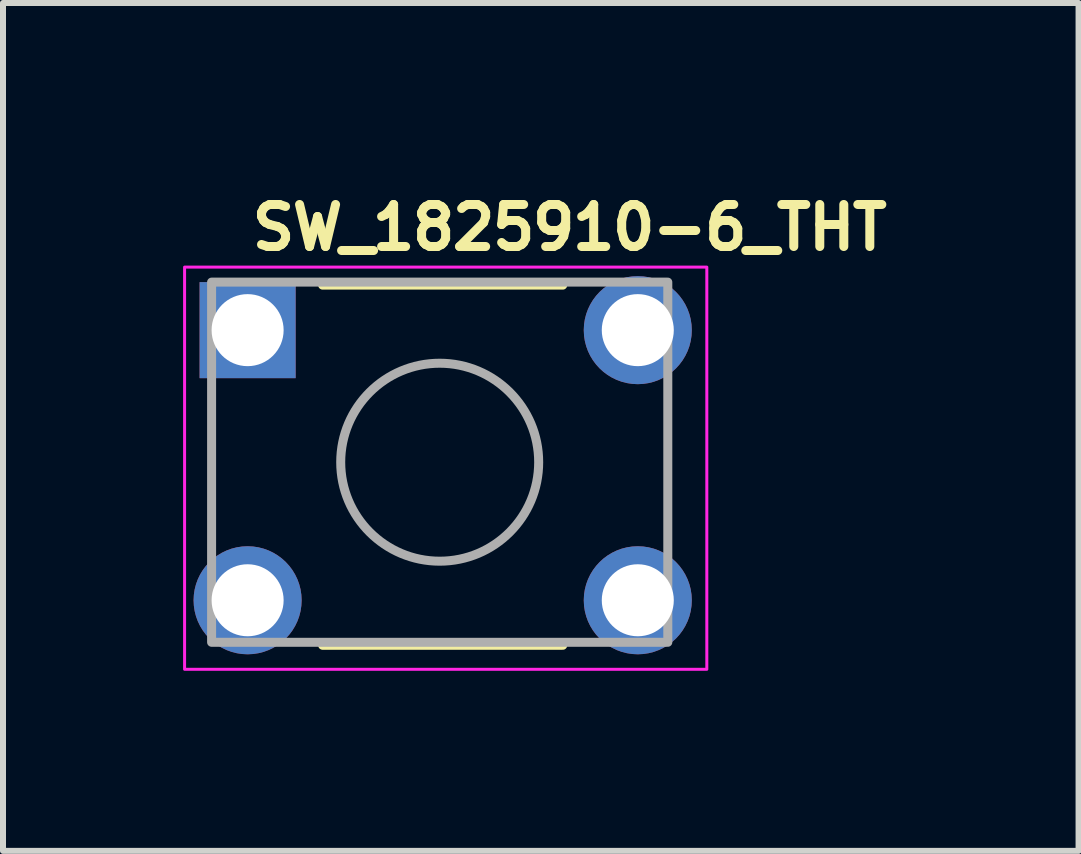
<source format=kicad_pcb>
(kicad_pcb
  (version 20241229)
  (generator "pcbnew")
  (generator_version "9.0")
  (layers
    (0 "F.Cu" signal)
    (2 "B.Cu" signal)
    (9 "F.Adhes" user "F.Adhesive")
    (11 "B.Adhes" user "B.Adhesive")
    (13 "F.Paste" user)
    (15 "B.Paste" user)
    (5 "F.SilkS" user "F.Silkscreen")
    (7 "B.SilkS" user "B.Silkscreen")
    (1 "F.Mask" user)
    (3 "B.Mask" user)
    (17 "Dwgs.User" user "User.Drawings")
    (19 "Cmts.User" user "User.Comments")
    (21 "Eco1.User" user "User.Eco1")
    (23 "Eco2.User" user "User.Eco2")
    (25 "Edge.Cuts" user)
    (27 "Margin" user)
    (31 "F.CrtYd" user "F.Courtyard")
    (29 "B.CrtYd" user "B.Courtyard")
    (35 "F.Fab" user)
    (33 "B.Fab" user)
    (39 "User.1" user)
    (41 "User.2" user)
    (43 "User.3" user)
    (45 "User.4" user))
  (footprint "SW_1825910-6_THT"
    (layer "F.Cu")
    (at 1.075 2.45)
    (property "Reference" "SW_1825910-6_THT" (at 0 -1.3 0) (layer "F.SilkS") (effects (font (size 0.7 0.7) (thickness 0.15)) (justify left bottom)))
    (attr through_hole)
    (fp_line (start 1.25 -0.75) (end 5.25 -0.75) (stroke (width 0.15) (type solid)) (layer "F.SilkS"))
    (fp_line (start 1.25 5.25) (end 5.25 5.25) (stroke (width 0.15) (type solid)) (layer "F.SilkS"))
    (fp_rect (start -1.05 -1.05) (end 7.65 5.65) (stroke (width 0.05) (type solid)) (fill no) (layer "F.CrtYd"))
    (fp_rect (start 7 -0.8) (end -0.6 5.2) (stroke (width 0.15) (type solid)) (fill no) (layer "F.Fab"))
    (fp_circle (center 3.2 2.2) (end 4.849 2.2) (stroke (width 0.15) (type solid)) (fill no) (layer "F.Fab"))
    (fp_rect (start -0.7 -0.795) (end 7.1 5.195) (stroke (width 0.1) (type solid)) (fill no) (layer "User.5"))
    (fp_line (start -0.7 -0.405) (end -0.7 0.305) (stroke (width 0.02) (type solid)) (layer "User.9"))
    (fp_line (start -0.7 -0.405) (end -0.679 -0.405) (stroke (width 0.02) (type solid)) (layer "User.9"))
    (fp_line (start -0.7 0.305) (end -0.679 0.305) (stroke (width 0.02) (type solid)) (layer "User.9"))
    (fp_line (start -0.7 4.095) (end -0.679 4.095) (stroke (width 0.02) (type solid)) (layer "User.9"))
    (fp_line (start -0.7 4.805) (end -0.7 4.095) (stroke (width 0.02) (type solid)) (layer "User.9"))
    (fp_line (start -0.7 4.805) (end -0.679 4.805) (stroke (width 0.02) (type solid)) (layer "User.9"))
    (fp_line (start -0.679 -0.405) (end -0.355 -0.405) (stroke (width 0.02) (type solid)) (layer "User.9"))
    (fp_line (start -0.679 0.305) (end -0.355 0.305) (stroke (width 0.02) (type solid)) (layer "User.9"))
    (fp_line (start -0.679 4.095) (end -0.355 4.095) (stroke (width 0.02) (type solid)) (layer "User.9"))
    (fp_line (start -0.679 4.805) (end -0.355 4.805) (stroke (width 0.02) (type solid)) (layer "User.9"))
    (fp_line (start -0.355 -0.405) (end -0.35 -0.405) (stroke (width 0.02) (type solid)) (layer "User.9"))
    (fp_line (start -0.355 0.305) (end -0.35 0.305) (stroke (width 0.02) (type solid)) (layer "User.9"))
    (fp_line (start -0.355 4.095) (end -0.35 4.095) (stroke (width 0.02) (type solid)) (layer "User.9"))
    (fp_line (start -0.355 4.805) (end -0.35 4.805) (stroke (width 0.02) (type solid)) (layer "User.9"))
    (fp_line (start -0.35 -0.405) (end -0.35 0.305) (stroke (width 0.02) (type solid)) (layer "User.9"))
    (fp_line (start -0.35 -0.405) (end -0.233 -0.405) (stroke (width 0.02) (type solid)) (layer "User.9"))
    (fp_line (start -0.35 0.305) (end -0.233 0.305) (stroke (width 0.02) (type solid)) (layer "User.9"))
    (fp_line (start -0.35 4.095) (end -0.233 4.095) (stroke (width 0.02) (type solid)) (layer "User.9"))
    (fp_line (start -0.35 4.805) (end -0.35 4.095) (stroke (width 0.02) (type solid)) (layer "User.9"))
    (fp_line (start -0.35 4.805) (end -0.233 4.805) (stroke (width 0.02) (type solid)) (layer "User.9"))
    (fp_line (start -0.233 -0.405) (end -0.233 -0.405) (stroke (width 0.02) (type solid)) (layer "User.9"))
    (fp_line (start -0.233 -0.405) (end 0.05 -0.405) (stroke (width 0.02) (type solid)) (layer "User.9"))
    (fp_line (start -0.233 0.305) (end -0.233 0.305) (stroke (width 0.02) (type solid)) (layer "User.9"))
    (fp_line (start -0.233 0.305) (end 0.05 0.305) (stroke (width 0.02) (type solid)) (layer "User.9"))
    (fp_line (start -0.233 4.095) (end -0.233 4.095) (stroke (width 0.02) (type solid)) (layer "User.9"))
    (fp_line (start -0.233 4.095) (end 0.05 4.095) (stroke (width 0.02) (type solid)) (layer "User.9"))
    (fp_line (start -0.233 4.805) (end -0.233 4.805) (stroke (width 0.02) (type solid)) (layer "User.9"))
    (fp_line (start -0.233 4.805) (end 0.05 4.805) (stroke (width 0.02) (type solid)) (layer "User.9"))
    (fp_line (start 0.05 -0.405) (end 0.205 -0.405) (stroke (width 0.02) (type solid)) (layer "User.9"))
    (fp_line (start 0.05 0.305) (end 0.205 0.305) (stroke (width 0.02) (type solid)) (layer "User.9"))
    (fp_line (start 0.05 4.095) (end 0.205 4.095) (stroke (width 0.02) (type solid)) (layer "User.9"))
    (fp_line (start 0.05 4.805) (end 0.205 4.805) (stroke (width 0.02) (type solid)) (layer "User.9"))
    (fp_line (start 0.205 -0.495) (end 0.205 4.895) (stroke (width 0.02) (type solid)) (layer "User.9"))
    (fp_line (start 0.205 -0.495) (end 0.205 4.895) (stroke (width 0.02) (type solid)) (layer "User.9"))
    (fp_line (start 0.205 4.895) (end 0.205 4.91) (stroke (width 0.02) (type solid)) (layer "User.9"))
    (fp_line (start 0.205 -0.51) (end 0.205 -0.495) (stroke (width 0.02) (type solid)) (layer "User.9"))
    (fp_line (start 0.205 4.91) (end 0.206 4.925) (stroke (width 0.02) (type solid)) (layer "User.9"))
    (fp_line (start 0.206 -0.525) (end 0.205 -0.51) (stroke (width 0.02) (type solid)) (layer "User.9"))
    (fp_line (start 0.206 4.925) (end 0.208 4.939) (stroke (width 0.02) (type solid)) (layer "User.9"))
    (fp_line (start 0.208 -0.539) (end 0.206 -0.525) (stroke (width 0.02) (type solid)) (layer "User.9"))
    (fp_line (start 0.208 4.939) (end 0.211 4.954) (stroke (width 0.02) (type solid)) (layer "User.9"))
    (fp_line (start 0.211 -0.554) (end 0.208 -0.539) (stroke (width 0.02) (type solid)) (layer "User.9"))
    (fp_line (start 0.211 4.954) (end 0.214 4.968) (stroke (width 0.02) (type solid)) (layer "User.9"))
    (fp_line (start 0.214 -0.568) (end 0.211 -0.554) (stroke (width 0.02) (type solid)) (layer "User.9"))
    (fp_line (start 0.214 4.968) (end 0.218 4.982) (stroke (width 0.02) (type solid)) (layer "User.9"))
    (fp_line (start 0.218 -0.582) (end 0.214 -0.568) (stroke (width 0.02) (type solid)) (layer "User.9"))
    (fp_line (start 0.218 4.982) (end 0.223 4.996) (stroke (width 0.02) (type solid)) (layer "User.9"))
    (fp_line (start 0.223 -0.596) (end 0.218 -0.582) (stroke (width 0.02) (type solid)) (layer "User.9"))
    (fp_line (start 0.223 4.996) (end 0.228 5.01) (stroke (width 0.02) (type solid)) (layer "User.9"))
    (fp_line (start 0.228 -0.61) (end 0.223 -0.596) (stroke (width 0.02) (type solid)) (layer "User.9"))
    (fp_line (start 0.228 5.01) (end 0.234 5.023) (stroke (width 0.02) (type solid)) (layer "User.9"))
    (fp_line (start 0.234 -0.623) (end 0.228 -0.61) (stroke (width 0.02) (type solid)) (layer "User.9"))
    (fp_line (start 0.234 5.023) (end 0.24 5.036) (stroke (width 0.02) (type solid)) (layer "User.9"))
    (fp_line (start 0.24 -0.636) (end 0.234 -0.623) (stroke (width 0.02) (type solid)) (layer "User.9"))
    (fp_line (start 0.24 5.036) (end 0.248 5.049) (stroke (width 0.02) (type solid)) (layer "User.9"))
    (fp_line (start 0.248 -0.649) (end 0.24 -0.636) (stroke (width 0.02) (type solid)) (layer "User.9"))
    (fp_line (start 0.248 5.049) (end 0.255 5.061) (stroke (width 0.02) (type solid)) (layer "User.9"))
    (fp_line (start 0.255 -0.661) (end 0.248 -0.649) (stroke (width 0.02) (type solid)) (layer "User.9"))
    (fp_line (start 0.255 5.061) (end 0.264 5.073) (stroke (width 0.02) (type solid)) (layer "User.9"))
    (fp_line (start 0.264 -0.673) (end 0.255 -0.661) (stroke (width 0.02) (type solid)) (layer "User.9"))
    (fp_line (start 0.264 5.073) (end 0.273 5.085) (stroke (width 0.02) (type solid)) (layer "User.9"))
    (fp_line (start 0.273 -0.685) (end 0.264 -0.673) (stroke (width 0.02) (type solid)) (layer "User.9"))
    (fp_line (start 0.273 5.085) (end 0.283 5.096) (stroke (width 0.02) (type solid)) (layer "User.9"))
    (fp_line (start 0.283 -0.696) (end 0.273 -0.685) (stroke (width 0.02) (type solid)) (layer "User.9"))
    (fp_line (start 0.283 5.096) (end 0.293 5.107) (stroke (width 0.02) (type solid)) (layer "User.9"))
    (fp_line (start 0.293 -0.707) (end 0.283 -0.696) (stroke (width 0.02) (type solid)) (layer "User.9"))
    (fp_line (start 0.293 -0.707) (end 0.293 -0.707) (stroke (width 0.02) (type solid)) (layer "User.9"))
    (fp_line (start 0.293 5.107) (end 0.293 5.107) (stroke (width 0.02) (type solid)) (layer "User.9"))
    (fp_line (start 0.293 5.107) (end 0.304 5.117) (stroke (width 0.02) (type solid)) (layer "User.9"))
    (fp_line (start 0.304 -0.717) (end 0.293 -0.707) (stroke (width 0.02) (type solid)) (layer "User.9"))
    (fp_line (start 0.304 5.117) (end 0.315 5.127) (stroke (width 0.02) (type solid)) (layer "User.9"))
    (fp_line (start 0.315 -0.727) (end 0.304 -0.717) (stroke (width 0.02) (type solid)) (layer "User.9"))
    (fp_line (start 0.315 5.127) (end 0.327 5.136) (stroke (width 0.02) (type solid)) (layer "User.9"))
    (fp_line (start 0.327 -0.736) (end 0.315 -0.727) (stroke (width 0.02) (type solid)) (layer "User.9"))
    (fp_line (start 0.327 5.136) (end 0.339 5.145) (stroke (width 0.02) (type solid)) (layer "User.9"))
    (fp_line (start 0.339 -0.745) (end 0.327 -0.736) (stroke (width 0.02) (type solid)) (layer "User.9"))
    (fp_line (start 0.339 5.145) (end 0.351 5.152) (stroke (width 0.02) (type solid)) (layer "User.9"))
    (fp_line (start 0.351 -0.752) (end 0.339 -0.745) (stroke (width 0.02) (type solid)) (layer "User.9"))
    (fp_line (start 0.351 5.152) (end 0.364 5.16) (stroke (width 0.02) (type solid)) (layer "User.9"))
    (fp_line (start 0.364 -0.76) (end 0.351 -0.752) (stroke (width 0.02) (type solid)) (layer "User.9"))
    (fp_line (start 0.364 5.16) (end 0.377 5.166) (stroke (width 0.02) (type solid)) (layer "User.9"))
    (fp_line (start 0.377 -0.766) (end 0.364 -0.76) (stroke (width 0.02) (type solid)) (layer "User.9"))
    (fp_line (start 0.377 5.166) (end 0.39 5.172) (stroke (width 0.02) (type solid)) (layer "User.9"))
    (fp_line (start 0.39 -0.772) (end 0.377 -0.766) (stroke (width 0.02) (type solid)) (layer "User.9"))
    (fp_line (start 0.39 5.172) (end 0.404 5.177) (stroke (width 0.02) (type solid)) (layer "User.9"))
    (fp_line (start 0.404 -0.777) (end 0.39 -0.772) (stroke (width 0.02) (type solid)) (layer "User.9"))
    (fp_line (start 0.404 5.177) (end 0.418 5.182) (stroke (width 0.02) (type solid)) (layer "User.9"))
    (fp_line (start 0.418 -0.782) (end 0.404 -0.777) (stroke (width 0.02) (type solid)) (layer "User.9"))
    (fp_line (start 0.418 5.182) (end 0.432 5.186) (stroke (width 0.02) (type solid)) (layer "User.9"))
    (fp_line (start 0.432 -0.786) (end 0.418 -0.782) (stroke (width 0.02) (type solid)) (layer "User.9"))
    (fp_line (start 0.432 5.186) (end 0.446 5.189) (stroke (width 0.02) (type solid)) (layer "User.9"))
    (fp_line (start 0.446 -0.789) (end 0.432 -0.786) (stroke (width 0.02) (type solid)) (layer "User.9"))
    (fp_line (start 0.446 5.189) (end 0.461 5.192) (stroke (width 0.02) (type solid)) (layer "User.9"))
    (fp_line (start 0.461 -0.792) (end 0.446 -0.789) (stroke (width 0.02) (type solid)) (layer "User.9"))
    (fp_line (start 0.461 5.192) (end 0.475 5.194) (stroke (width 0.02) (type solid)) (layer "User.9"))
    (fp_line (start 0.475 -0.794) (end 0.461 -0.792) (stroke (width 0.02) (type solid)) (layer "User.9"))
    (fp_line (start 0.475 5.194) (end 0.49 5.195) (stroke (width 0.02) (type solid)) (layer "User.9"))
    (fp_line (start 0.49 -0.795) (end 0.475 -0.794) (stroke (width 0.02) (type solid)) (layer "User.9"))
    (fp_line (start 0.49 5.195) (end 0.505 5.195) (stroke (width 0.02) (type solid)) (layer "User.9"))
    (fp_line (start 0.505 -0.795) (end 0.49 -0.795) (stroke (width 0.02) (type solid)) (layer "User.9"))
    (fp_line (start 0.505 5.195) (end 5.895 5.195) (stroke (width 0.02) (type solid)) (layer "User.9"))
    (fp_line (start 0.505 5.195) (end 5.895 5.195) (stroke (width 0.02) (type solid)) (layer "User.9"))
    (fp_line (start 0.75 0.2) (end 0.751 0.171) (stroke (width 0.02) (type solid)) (layer "User.9"))
    (fp_line (start 0.75 4.2) (end 0.751 4.17) (stroke (width 0.02) (type solid)) (layer "User.9"))
    (fp_line (start 0.75 4.215) (end 0.75 4.2) (stroke (width 0.02) (type solid)) (layer "User.9"))
    (fp_line (start 0.751 0.171) (end 0.754 0.142) (stroke (width 0.02) (type solid)) (layer "User.9"))
    (fp_line (start 0.751 0.229) (end 0.75 0.2) (stroke (width 0.02) (type solid)) (layer "User.9"))
    (fp_line (start 0.751 4.17) (end 0.754 4.14) (stroke (width 0.02) (type solid)) (layer "User.9"))
    (fp_line (start 0.751 4.23) (end 0.75 4.215) (stroke (width 0.02) (type solid)) (layer "User.9"))
    (fp_line (start 0.752 4.245) (end 0.751 4.23) (stroke (width 0.02) (type solid)) (layer "User.9"))
    (fp_line (start 0.754 0.142) (end 0.758 0.113) (stroke (width 0.02) (type solid)) (layer "User.9"))
    (fp_line (start 0.754 0.258) (end 0.751 0.229) (stroke (width 0.02) (type solid)) (layer "User.9"))
    (fp_line (start 0.754 4.14) (end 0.759 4.111) (stroke (width 0.02) (type solid)) (layer "User.9"))
    (fp_line (start 0.754 4.26) (end 0.752 4.245) (stroke (width 0.02) (type solid)) (layer "User.9"))
    (fp_line (start 0.756 4.274) (end 0.754 4.26) (stroke (width 0.02) (type solid)) (layer "User.9"))
    (fp_line (start 0.758 0.113) (end 0.765 0.084) (stroke (width 0.02) (type solid)) (layer "User.9"))
    (fp_line (start 0.758 0.287) (end 0.754 0.258) (stroke (width 0.02) (type solid)) (layer "User.9"))
    (fp_line (start 0.759 4.111) (end 0.766 4.083) (stroke (width 0.02) (type solid)) (layer "User.9"))
    (fp_line (start 0.759 4.289) (end 0.756 4.274) (stroke (width 0.02) (type solid)) (layer "User.9"))
    (fp_line (start 0.762 4.303) (end 0.759 4.289) (stroke (width 0.02) (type solid)) (layer "User.9"))
    (fp_line (start 0.765 0.084) (end 0.774 0.056) (stroke (width 0.02) (type solid)) (layer "User.9"))
    (fp_line (start 0.765 0.316) (end 0.758 0.287) (stroke (width 0.02) (type solid)) (layer "User.9"))
    (fp_line (start 0.766 4.083) (end 0.774 4.055) (stroke (width 0.02) (type solid)) (layer "User.9"))
    (fp_line (start 0.766 4.317) (end 0.762 4.303) (stroke (width 0.02) (type solid)) (layer "User.9"))
    (fp_line (start 0.77 4.332) (end 0.766 4.317) (stroke (width 0.02) (type solid)) (layer "User.9"))
    (fp_line (start 0.774 0.056) (end 0.784 0.029) (stroke (width 0.02) (type solid)) (layer "User.9"))
    (fp_line (start 0.774 0.344) (end 0.765 0.316) (stroke (width 0.02) (type solid)) (layer "User.9"))
    (fp_line (start 0.774 4.055) (end 0.784 4.027) (stroke (width 0.02) (type solid)) (layer "User.9"))
    (fp_line (start 0.774 4.345) (end 0.77 4.332) (stroke (width 0.02) (type solid)) (layer "User.9"))
    (fp_line (start 0.779 4.359) (end 0.774 4.345) (stroke (width 0.02) (type solid)) (layer "User.9"))
    (fp_line (start 0.784 0.029) (end 0.796 0.001) (stroke (width 0.02) (type solid)) (layer "User.9"))
    (fp_line (start 0.784 0.371) (end 0.774 0.344) (stroke (width 0.02) (type solid)) (layer "User.9"))
    (fp_line (start 0.784 4.027) (end 0.797 4.001) (stroke (width 0.02) (type solid)) (layer "User.9"))
    (fp_line (start 0.784 4.373) (end 0.779 4.359) (stroke (width 0.02) (type solid)) (layer "User.9"))
    (fp_line (start 0.79 4.386) (end 0.784 4.373) (stroke (width 0.02) (type solid)) (layer "User.9"))
    (fp_line (start 0.796 0.001) (end 0.81 -0.025) (stroke (width 0.02) (type solid)) (layer "User.9"))
    (fp_line (start 0.796 0.399) (end 0.784 0.371) (stroke (width 0.02) (type solid)) (layer "User.9"))
    (fp_line (start 0.797 4.001) (end 0.81 3.975) (stroke (width 0.02) (type solid)) (layer "User.9"))
    (fp_line (start 0.797 4.399) (end 0.79 4.386) (stroke (width 0.02) (type solid)) (layer "User.9"))
    (fp_line (start 0.803 4.412) (end 0.797 4.399) (stroke (width 0.02) (type solid)) (layer "User.9"))
    (fp_line (start 0.81 -0.025) (end 0.81 -0.025) (stroke (width 0.02) (type solid)) (layer "User.9"))
    (fp_line (start 0.81 -0.025) (end 0.818 -0.038) (stroke (width 0.02) (type solid)) (layer "User.9"))
    (fp_line (start 0.81 0.425) (end 0.796 0.399) (stroke (width 0.02) (type solid)) (layer "User.9"))
    (fp_line (start 0.81 0.425) (end 0.81 0.425) (stroke (width 0.02) (type solid)) (layer "User.9"))
    (fp_line (start 0.81 3.975) (end 0.826 3.95) (stroke (width 0.02) (type solid)) (layer "User.9"))
    (fp_line (start 0.81 4.425) (end 0.803 4.412) (stroke (width 0.02) (type solid)) (layer "User.9"))
    (fp_line (start 0.818 4.437) (end 0.81 4.425) (stroke (width 0.02) (type solid)) (layer "User.9"))
    (fp_line (start 0.818 -0.038) (end 0.826 -0.05) (stroke (width 0.02) (type solid)) (layer "User.9"))
    (fp_line (start 0.826 3.95) (end 0.843 3.927) (stroke (width 0.02) (type solid)) (layer "User.9"))
    (fp_line (start 0.826 4.45) (end 0.818 4.437) (stroke (width 0.02) (type solid)) (layer "User.9"))
    (fp_line (start 0.826 -0.05) (end 0.835 -0.063) (stroke (width 0.02) (type solid)) (layer "User.9"))
    (fp_line (start 0.826 0.45) (end 0.81 0.425) (stroke (width 0.02) (type solid)) (layer "User.9"))
    (fp_line (start 0.834 4.462) (end 0.826 4.45) (stroke (width 0.02) (type solid)) (layer "User.9"))
    (fp_line (start 0.835 -0.063) (end 0.844 -0.075) (stroke (width 0.02) (type solid)) (layer "User.9"))
    (fp_line (start 0.843 3.927) (end 0.861 3.904) (stroke (width 0.02) (type solid)) (layer "User.9"))
    (fp_line (start 0.843 4.473) (end 0.834 4.462) (stroke (width 0.02) (type solid)) (layer "User.9"))
    (fp_line (start 0.844 -0.075) (end 0.853 -0.086) (stroke (width 0.02) (type solid)) (layer "User.9"))
    (fp_line (start 0.844 0.475) (end 0.826 0.45) (stroke (width 0.02) (type solid)) (layer "User.9"))
    (fp_line (start 0.852 4.485) (end 0.843 4.473) (stroke (width 0.02) (type solid)) (layer "User.9"))
    (fp_line (start 0.853 -0.086) (end 0.862 -0.097) (stroke (width 0.02) (type solid)) (layer "User.9"))
    (fp_line (start 0.861 3.904) (end 0.881 3.882) (stroke (width 0.02) (type solid)) (layer "User.9"))
    (fp_line (start 0.861 4.496) (end 0.852 4.485) (stroke (width 0.02) (type solid)) (layer "User.9"))
    (fp_line (start 0.862 -0.097) (end 0.872 -0.108) (stroke (width 0.02) (type solid)) (layer "User.9"))
    (fp_line (start 0.862 0.497) (end 0.844 0.475) (stroke (width 0.02) (type solid)) (layer "User.9"))
    (fp_line (start 0.871 4.507) (end 0.861 4.496) (stroke (width 0.02) (type solid)) (layer "User.9"))
    (fp_line (start 0.872 -0.108) (end 0.882 -0.119) (stroke (width 0.02) (type solid)) (layer "User.9"))
    (fp_line (start 0.881 3.882) (end 0.903 3.862) (stroke (width 0.02) (type solid)) (layer "User.9"))
    (fp_line (start 0.881 4.518) (end 0.871 4.507) (stroke (width 0.02) (type solid)) (layer "User.9"))
    (fp_line (start 0.882 -0.119) (end 0.893 -0.129) (stroke (width 0.02) (type solid)) (layer "User.9"))
    (fp_line (start 0.882 0.519) (end 0.862 0.497) (stroke (width 0.02) (type solid)) (layer "User.9"))
    (fp_line (start 0.892 4.528) (end 0.881 4.518) (stroke (width 0.02) (type solid)) (layer "User.9"))
    (fp_line (start 0.893 -0.129) (end 0.904 -0.139) (stroke (width 0.02) (type solid)) (layer "User.9"))
    (fp_line (start 0.903 3.862) (end 0.925 3.844) (stroke (width 0.02) (type solid)) (layer "User.9"))
    (fp_line (start 0.903 4.538) (end 0.892 4.528) (stroke (width 0.02) (type solid)) (layer "User.9"))
    (fp_line (start 0.904 -0.139) (end 0.915 -0.148) (stroke (width 0.02) (type solid)) (layer "User.9"))
    (fp_line (start 0.904 0.539) (end 0.882 0.519) (stroke (width 0.02) (type solid)) (layer "User.9"))
    (fp_line (start 0.914 4.547) (end 0.903 4.538) (stroke (width 0.02) (type solid)) (layer "User.9"))
    (fp_line (start 0.915 -0.148) (end 0.927 -0.157) (stroke (width 0.02) (type solid)) (layer "User.9"))
    (fp_line (start 0.925 3.844) (end 0.95 3.826) (stroke (width 0.02) (type solid)) (layer "User.9"))
    (fp_line (start 0.925 4.556) (end 0.914 4.547) (stroke (width 0.02) (type solid)) (layer "User.9"))
    (fp_line (start 0.927 -0.157) (end 0.938 -0.166) (stroke (width 0.02) (type solid)) (layer "User.9"))
    (fp_line (start 0.927 0.557) (end 0.904 0.539) (stroke (width 0.02) (type solid)) (layer "User.9"))
    (fp_line (start 0.937 4.565) (end 0.925 4.556) (stroke (width 0.02) (type solid)) (layer "User.9"))
    (fp_line (start 0.938 -0.166) (end 0.95 -0.174) (stroke (width 0.02) (type solid)) (layer "User.9"))
    (fp_line (start 0.95 3.826) (end 0.975 3.81) (stroke (width 0.02) (type solid)) (layer "User.9"))
    (fp_line (start 0.95 4.574) (end 0.937 4.565) (stroke (width 0.02) (type solid)) (layer "User.9"))
    (fp_line (start 0.95 -0.174) (end 0.963 -0.182) (stroke (width 0.02) (type solid)) (layer "User.9"))
    (fp_line (start 0.95 0.574) (end 0.927 0.557) (stroke (width 0.02) (type solid)) (layer "User.9"))
    (fp_line (start 0.962 4.582) (end 0.95 4.574) (stroke (width 0.02) (type solid)) (layer "User.9"))
    (fp_line (start 0.963 -0.182) (end 0.975 -0.19) (stroke (width 0.02) (type solid)) (layer "User.9"))
    (fp_line (start 0.975 -0.19) (end 0.988 -0.197) (stroke (width 0.02) (type solid)) (layer "User.9"))
    (fp_line (start 0.975 0.59) (end 0.95 0.574) (stroke (width 0.02) (type solid)) (layer "User.9"))
    (fp_line (start 0.975 3.81) (end 0.975 3.81) (stroke (width 0.02) (type solid)) (layer "User.9"))
    (fp_line (start 0.975 3.81) (end 1.001 3.796) (stroke (width 0.02) (type solid)) (layer "User.9"))
    (fp_line (start 0.975 4.59) (end 0.962 4.582) (stroke (width 0.02) (type solid)) (layer "User.9"))
    (fp_line (start 0.975 4.59) (end 0.975 4.59) (stroke (width 0.02) (type solid)) (layer "User.9"))
    (fp_line (start 0.988 -0.197) (end 1.001 -0.203) (stroke (width 0.02) (type solid)) (layer "User.9"))
    (fp_line (start 1.001 -0.203) (end 1.014 -0.21) (stroke (width 0.02) (type solid)) (layer "User.9"))
    (fp_line (start 1.001 0.603) (end 0.975 0.59) (stroke (width 0.02) (type solid)) (layer "User.9"))
    (fp_line (start 1.001 3.796) (end 1.029 3.784) (stroke (width 0.02) (type solid)) (layer "User.9"))
    (fp_line (start 1.001 4.604) (end 0.975 4.59) (stroke (width 0.02) (type solid)) (layer "User.9"))
    (fp_line (start 1.014 -0.21) (end 1.027 -0.216) (stroke (width 0.02) (type solid)) (layer "User.9"))
    (fp_line (start 1.027 -0.216) (end 1.041 -0.221) (stroke (width 0.02) (type solid)) (layer "User.9"))
    (fp_line (start 1.027 0.616) (end 1.001 0.603) (stroke (width 0.02) (type solid)) (layer "User.9"))
    (fp_line (start 1.029 3.784) (end 1.056 3.774) (stroke (width 0.02) (type solid)) (layer "User.9"))
    (fp_line (start 1.029 4.616) (end 1.001 4.604) (stroke (width 0.02) (type solid)) (layer "User.9"))
    (fp_line (start 1.041 -0.221) (end 1.055 -0.226) (stroke (width 0.02) (type solid)) (layer "User.9"))
    (fp_line (start 1.055 -0.226) (end 1.068 -0.23) (stroke (width 0.02) (type solid)) (layer "User.9"))
    (fp_line (start 1.055 0.626) (end 1.027 0.616) (stroke (width 0.02) (type solid)) (layer "User.9"))
    (fp_line (start 1.056 3.774) (end 1.084 3.765) (stroke (width 0.02) (type solid)) (layer "User.9"))
    (fp_line (start 1.056 4.626) (end 1.029 4.616) (stroke (width 0.02) (type solid)) (layer "User.9"))
    (fp_line (start 1.068 -0.23) (end 1.083 -0.234) (stroke (width 0.02) (type solid)) (layer "User.9"))
    (fp_line (start 1.083 -0.234) (end 1.097 -0.238) (stroke (width 0.02) (type solid)) (layer "User.9"))
    (fp_line (start 1.083 0.634) (end 1.055 0.626) (stroke (width 0.02) (type solid)) (layer "User.9"))
    (fp_line (start 1.084 3.765) (end 1.113 3.758) (stroke (width 0.02) (type solid)) (layer "User.9"))
    (fp_line (start 1.084 4.635) (end 1.056 4.626) (stroke (width 0.02) (type solid)) (layer "User.9"))
    (fp_line (start 1.097 -0.238) (end 1.111 -0.241) (stroke (width 0.02) (type solid)) (layer "User.9"))
    (fp_line (start 1.111 -0.241) (end 1.126 -0.244) (stroke (width 0.02) (type solid)) (layer "User.9"))
    (fp_line (start 1.111 0.641) (end 1.083 0.634) (stroke (width 0.02) (type solid)) (layer "User.9"))
    (fp_line (start 1.113 3.758) (end 1.142 3.754) (stroke (width 0.02) (type solid)) (layer "User.9"))
    (fp_line (start 1.113 4.642) (end 1.084 4.635) (stroke (width 0.02) (type solid)) (layer "User.9"))
    (fp_line (start 1.126 -0.244) (end 1.14 -0.246) (stroke (width 0.02) (type solid)) (layer "User.9"))
    (fp_line (start 1.14 -0.246) (end 1.155 -0.248) (stroke (width 0.02) (type solid)) (layer "User.9"))
    (fp_line (start 1.14 0.646) (end 1.111 0.641) (stroke (width 0.02) (type solid)) (layer "User.9"))
    (fp_line (start 1.142 3.754) (end 1.171 3.751) (stroke (width 0.02) (type solid)) (layer "User.9"))
    (fp_line (start 1.142 4.646) (end 1.113 4.642) (stroke (width 0.02) (type solid)) (layer "User.9"))
    (fp_line (start 1.155 -0.248) (end 1.17 -0.249) (stroke (width 0.02) (type solid)) (layer "User.9"))
    (fp_line (start 1.17 -0.249) (end 1.185 -0.25) (stroke (width 0.02) (type solid)) (layer "User.9"))
    (fp_line (start 1.17 0.649) (end 1.14 0.646) (stroke (width 0.02) (type solid)) (layer "User.9"))
    (fp_line (start 1.171 3.751) (end 1.2 3.75) (stroke (width 0.02) (type solid)) (layer "User.9"))
    (fp_line (start 1.171 4.649) (end 1.142 4.646) (stroke (width 0.02) (type solid)) (layer "User.9"))
    (fp_line (start 1.185 -0.25) (end 1.2 -0.25) (stroke (width 0.02) (type solid)) (layer "User.9"))
    (fp_line (start 1.2 -0.25) (end 1.23 -0.249) (stroke (width 0.02) (type solid)) (layer "User.9"))
    (fp_line (start 1.2 0.65) (end 1.17 0.649) (stroke (width 0.02) (type solid)) (layer "User.9"))
    (fp_line (start 1.2 3.75) (end 1.229 3.751) (stroke (width 0.02) (type solid)) (layer "User.9"))
    (fp_line (start 1.2 4.65) (end 1.171 4.649) (stroke (width 0.02) (type solid)) (layer "User.9"))
    (fp_line (start 1.215 0.65) (end 1.2 0.65) (stroke (width 0.02) (type solid)) (layer "User.9"))
    (fp_line (start 1.229 3.751) (end 1.258 3.754) (stroke (width 0.02) (type solid)) (layer "User.9"))
    (fp_line (start 1.229 4.649) (end 1.2 4.65) (stroke (width 0.02) (type solid)) (layer "User.9"))
    (fp_line (start 1.23 -0.249) (end 1.26 -0.246) (stroke (width 0.02) (type solid)) (layer "User.9"))
    (fp_line (start 1.23 0.649) (end 1.215 0.65) (stroke (width 0.02) (type solid)) (layer "User.9"))
    (fp_line (start 1.245 0.648) (end 1.23 0.649) (stroke (width 0.02) (type solid)) (layer "User.9"))
    (fp_line (start 1.258 3.754) (end 1.287 3.758) (stroke (width 0.02) (type solid)) (layer "User.9"))
    (fp_line (start 1.258 4.646) (end 1.229 4.649) (stroke (width 0.02) (type solid)) (layer "User.9"))
    (fp_line (start 1.26 -0.246) (end 1.289 -0.241) (stroke (width 0.02) (type solid)) (layer "User.9"))
    (fp_line (start 1.26 0.646) (end 1.245 0.648) (stroke (width 0.02) (type solid)) (layer "User.9"))
    (fp_line (start 1.274 0.644) (end 1.26 0.646) (stroke (width 0.02) (type solid)) (layer "User.9"))
    (fp_line (start 1.287 3.758) (end 1.316 3.765) (stroke (width 0.02) (type solid)) (layer "User.9"))
    (fp_line (start 1.287 4.642) (end 1.258 4.646) (stroke (width 0.02) (type solid)) (layer "User.9"))
    (fp_line (start 1.289 -0.241) (end 1.317 -0.234) (stroke (width 0.02) (type solid)) (layer "User.9"))
    (fp_line (start 1.289 0.641) (end 1.274 0.644) (stroke (width 0.02) (type solid)) (layer "User.9"))
    (fp_line (start 1.303 0.638) (end 1.289 0.641) (stroke (width 0.02) (type solid)) (layer "User.9"))
    (fp_line (start 1.316 3.765) (end 1.344 3.774) (stroke (width 0.02) (type solid)) (layer "User.9"))
    (fp_line (start 1.316 4.635) (end 1.287 4.642) (stroke (width 0.02) (type solid)) (layer "User.9"))
    (fp_line (start 1.317 -0.234) (end 1.345 -0.226) (stroke (width 0.02) (type solid)) (layer "User.9"))
    (fp_line (start 1.317 0.634) (end 1.303 0.638) (stroke (width 0.02) (type solid)) (layer "User.9"))
    (fp_line (start 1.332 0.63) (end 1.317 0.634) (stroke (width 0.02) (type solid)) (layer "User.9"))
    (fp_line (start 1.344 3.774) (end 1.371 3.784) (stroke (width 0.02) (type solid)) (layer "User.9"))
    (fp_line (start 1.344 4.626) (end 1.316 4.635) (stroke (width 0.02) (type solid)) (layer "User.9"))
    (fp_line (start 1.345 -0.226) (end 1.373 -0.216) (stroke (width 0.02) (type solid)) (layer "User.9"))
    (fp_line (start 1.345 0.626) (end 1.332 0.63) (stroke (width 0.02) (type solid)) (layer "User.9"))
    (fp_line (start 1.359 0.621) (end 1.345 0.626) (stroke (width 0.02) (type solid)) (layer "User.9"))
    (fp_line (start 1.371 3.784) (end 1.399 3.796) (stroke (width 0.02) (type solid)) (layer "User.9"))
    (fp_line (start 1.371 4.616) (end 1.344 4.626) (stroke (width 0.02) (type solid)) (layer "User.9"))
    (fp_line (start 1.373 -0.216) (end 1.399 -0.203) (stroke (width 0.02) (type solid)) (layer "User.9"))
    (fp_line (start 1.373 0.616) (end 1.359 0.621) (stroke (width 0.02) (type solid)) (layer "User.9"))
    (fp_line (start 1.386 0.61) (end 1.373 0.616) (stroke (width 0.02) (type solid)) (layer "User.9"))
    (fp_line (start 1.399 3.796) (end 1.425 3.81) (stroke (width 0.02) (type solid)) (layer "User.9"))
    (fp_line (start 1.399 4.604) (end 1.371 4.616) (stroke (width 0.02) (type solid)) (layer "User.9"))
    (fp_line (start 1.399 -0.203) (end 1.425 -0.19) (stroke (width 0.02) (type solid)) (layer "User.9"))
    (fp_line (start 1.399 0.603) (end 1.386 0.61) (stroke (width 0.02) (type solid)) (layer "User.9"))
    (fp_line (start 1.412 0.597) (end 1.399 0.603) (stroke (width 0.02) (type solid)) (layer "User.9"))
    (fp_line (start 1.425 -0.19) (end 1.45 -0.174) (stroke (width 0.02) (type solid)) (layer "User.9"))
    (fp_line (start 1.425 0.59) (end 1.412 0.597) (stroke (width 0.02) (type solid)) (layer "User.9"))
    (fp_line (start 1.425 3.81) (end 1.425 3.81) (stroke (width 0.02) (type solid)) (layer "User.9"))
    (fp_line (start 1.425 3.81) (end 1.438 3.818) (stroke (width 0.02) (type solid)) (layer "User.9"))
    (fp_line (start 1.425 4.59) (end 1.399 4.604) (stroke (width 0.02) (type solid)) (layer "User.9"))
    (fp_line (start 1.425 4.59) (end 1.425 4.59) (stroke (width 0.02) (type solid)) (layer "User.9"))
    (fp_line (start 1.437 0.582) (end 1.425 0.59) (stroke (width 0.02) (type solid)) (layer "User.9"))
    (fp_line (start 1.438 3.818) (end 1.45 3.826) (stroke (width 0.02) (type solid)) (layer "User.9"))
    (fp_line (start 1.445 2.2) (end 1.447 2.11) (stroke (width 0.02) (type solid)) (layer "User.9"))
    (fp_line (start 1.447 2.11) (end 1.454 2.021) (stroke (width 0.02) (type solid)) (layer "User.9"))
    (fp_line (start 1.447 2.29) (end 1.445 2.2) (stroke (width 0.02) (type solid)) (layer "User.9"))
    (fp_line (start 1.45 -0.174) (end 1.473 -0.157) (stroke (width 0.02) (type solid)) (layer "User.9"))
    (fp_line (start 1.45 0.574) (end 1.437 0.582) (stroke (width 0.02) (type solid)) (layer "User.9"))
    (fp_line (start 1.45 3.826) (end 1.463 3.835) (stroke (width 0.02) (type solid)) (layer "User.9"))
    (fp_line (start 1.45 4.574) (end 1.425 4.59) (stroke (width 0.02) (type solid)) (layer "User.9"))
    (fp_line (start 1.454 2.021) (end 1.465 1.933) (stroke (width 0.02) (type solid)) (layer "User.9"))
    (fp_line (start 1.454 2.379) (end 1.447 2.29) (stroke (width 0.02) (type solid)) (layer "User.9"))
    (fp_line (start 1.462 0.566) (end 1.45 0.574) (stroke (width 0.02) (type solid)) (layer "User.9"))
    (fp_line (start 1.463 3.835) (end 1.475 3.844) (stroke (width 0.02) (type solid)) (layer "User.9"))
    (fp_line (start 1.465 1.933) (end 1.481 1.846) (stroke (width 0.02) (type solid)) (layer "User.9"))
    (fp_line (start 1.465 2.467) (end 1.454 2.379) (stroke (width 0.02) (type solid)) (layer "User.9"))
    (fp_line (start 1.473 -0.157) (end 1.496 -0.139) (stroke (width 0.02) (type solid)) (layer "User.9"))
    (fp_line (start 1.473 0.557) (end 1.462 0.566) (stroke (width 0.02) (type solid)) (layer "User.9"))
    (fp_line (start 1.475 3.844) (end 1.486 3.853) (stroke (width 0.02) (type solid)) (layer "User.9"))
    (fp_line (start 1.475 4.556) (end 1.45 4.574) (stroke (width 0.02) (type solid)) (layer "User.9"))
    (fp_line (start 1.481 1.846) (end 1.5 1.762) (stroke (width 0.02) (type solid)) (layer "User.9"))
    (fp_line (start 1.481 2.554) (end 1.465 2.467) (stroke (width 0.02) (type solid)) (layer "User.9"))
    (fp_line (start 1.485 0.548) (end 1.473 0.557) (stroke (width 0.02) (type solid)) (layer "User.9"))
    (fp_line (start 1.486 3.853) (end 1.497 3.862) (stroke (width 0.02) (type solid)) (layer "User.9"))
    (fp_line (start 1.496 -0.139) (end 1.518 -0.119) (stroke (width 0.02) (type solid)) (layer "User.9"))
    (fp_line (start 1.496 0.539) (end 1.485 0.548) (stroke (width 0.02) (type solid)) (layer "User.9"))
    (fp_line (start 1.497 3.862) (end 1.508 3.872) (stroke (width 0.02) (type solid)) (layer "User.9"))
    (fp_line (start 1.497 4.538) (end 1.475 4.556) (stroke (width 0.02) (type solid)) (layer "User.9"))
    (fp_line (start 1.5 1.762) (end 1.524 1.678) (stroke (width 0.02) (type solid)) (layer "User.9"))
    (fp_line (start 1.5 2.638) (end 1.481 2.554) (stroke (width 0.02) (type solid)) (layer "User.9"))
    (fp_line (start 1.507 0.529) (end 1.496 0.539) (stroke (width 0.02) (type solid)) (layer "User.9"))
    (fp_line (start 1.508 3.872) (end 1.519 3.882) (stroke (width 0.02) (type solid)) (layer "User.9"))
    (fp_line (start 1.518 -0.119) (end 1.538 -0.097) (stroke (width 0.02) (type solid)) (layer "User.9"))
    (fp_line (start 1.518 0.519) (end 1.507 0.529) (stroke (width 0.02) (type solid)) (layer "User.9"))
    (fp_line (start 1.519 3.882) (end 1.529 3.893) (stroke (width 0.02) (type solid)) (layer "User.9"))
    (fp_line (start 1.519 4.518) (end 1.497 4.538) (stroke (width 0.02) (type solid)) (layer "User.9"))
    (fp_line (start 1.524 1.678) (end 1.552 1.597) (stroke (width 0.02) (type solid)) (layer "User.9"))
    (fp_line (start 1.524 2.722) (end 1.5 2.638) (stroke (width 0.02) (type solid)) (layer "User.9"))
    (fp_line (start 1.528 0.508) (end 1.518 0.519) (stroke (width 0.02) (type solid)) (layer "User.9"))
    (fp_line (start 1.529 3.893) (end 1.539 3.904) (stroke (width 0.02) (type solid)) (layer "User.9"))
    (fp_line (start 1.538 -0.097) (end 1.556 -0.075) (stroke (width 0.02) (type solid)) (layer "User.9"))
    (fp_line (start 1.538 0.497) (end 1.528 0.508) (stroke (width 0.02) (type solid)) (layer "User.9"))
    (fp_line (start 1.539 3.904) (end 1.548 3.915) (stroke (width 0.02) (type solid)) (layer "User.9"))
    (fp_line (start 1.539 4.496) (end 1.519 4.518) (stroke (width 0.02) (type solid)) (layer "User.9"))
    (fp_line (start 1.547 0.486) (end 1.538 0.497) (stroke (width 0.02) (type solid)) (layer "User.9"))
    (fp_line (start 1.548 3.915) (end 1.557 3.927) (stroke (width 0.02) (type solid)) (layer "User.9"))
    (fp_line (start 1.552 1.597) (end 1.583 1.517) (stroke (width 0.02) (type solid)) (layer "User.9"))
    (fp_line (start 1.552 2.803) (end 1.524 2.722) (stroke (width 0.02) (type solid)) (layer "User.9"))
    (fp_line (start 1.556 -0.075) (end 1.574 -0.05) (stroke (width 0.02) (type solid)) (layer "User.9"))
    (fp_line (start 1.556 0.475) (end 1.547 0.486) (stroke (width 0.02) (type solid)) (layer "User.9"))
    (fp_line (start 1.557 3.927) (end 1.566 3.938) (stroke (width 0.02) (type solid)) (layer "User.9"))
    (fp_line (start 1.557 4.473) (end 1.539 4.496) (stroke (width 0.02) (type solid)) (layer "User.9"))
    (fp_line (start 1.565 0.463) (end 1.556 0.475) (stroke (width 0.02) (type solid)) (layer "User.9"))
    (fp_line (start 1.566 3.938) (end 1.574 3.95) (stroke (width 0.02) (type solid)) (layer "User.9"))
    (fp_line (start 1.574 -0.05) (end 1.59 -0.025) (stroke (width 0.02) (type solid)) (layer "User.9"))
    (fp_line (start 1.574 0.45) (end 1.565 0.463) (stroke (width 0.02) (type solid)) (layer "User.9"))
    (fp_line (start 1.574 3.95) (end 1.582 3.963) (stroke (width 0.02) (type solid)) (layer "User.9"))
    (fp_line (start 1.574 4.45) (end 1.557 4.473) (stroke (width 0.02) (type solid)) (layer "User.9"))
    (fp_line (start 1.582 0.438) (end 1.574 0.45) (stroke (width 0.02) (type solid)) (layer "User.9"))
    (fp_line (start 1.582 3.963) (end 1.59 3.975) (stroke (width 0.02) (type solid)) (layer "User.9"))
    (fp_line (start 1.583 1.517) (end 1.618 1.439) (stroke (width 0.02) (type solid)) (layer "User.9"))
    (fp_line (start 1.583 2.883) (end 1.552 2.803) (stroke (width 0.02) (type solid)) (layer "User.9"))
    (fp_line (start 1.59 -0.025) (end 1.59 -0.025) (stroke (width 0.02) (type solid)) (layer "User.9"))
    (fp_line (start 1.59 -0.025) (end 1.604 0.001) (stroke (width 0.02) (type solid)) (layer "User.9"))
    (fp_line (start 1.59 0.425) (end 1.582 0.438) (stroke (width 0.02) (type solid)) (layer "User.9"))
    (fp_line (start 1.59 0.425) (end 1.59 0.425) (stroke (width 0.02) (type solid)) (layer "User.9"))
    (fp_line (start 1.59 3.975) (end 1.597 3.988) (stroke (width 0.02) (type solid)) (layer "User.9"))
    (fp_line (start 1.59 4.425) (end 1.574 4.45) (stroke (width 0.02) (type solid)) (layer "User.9"))
    (fp_line (start 1.597 3.988) (end 1.603 4.001) (stroke (width 0.02) (type solid)) (layer "User.9"))
    (fp_line (start 1.603 4.001) (end 1.61 4.014) (stroke (width 0.02) (type solid)) (layer "User.9"))
    (fp_line (start 1.603 4.399) (end 1.59 4.425) (stroke (width 0.02) (type solid)) (layer "User.9"))
    (fp_line (start 1.604 0.001) (end 1.616 0.029) (stroke (width 0.02) (type solid)) (layer "User.9"))
    (fp_line (start 1.604 0.399) (end 1.59 0.425) (stroke (width 0.02) (type solid)) (layer "User.9"))
    (fp_line (start 1.61 4.014) (end 1.616 4.027) (stroke (width 0.02) (type solid)) (layer "User.9"))
    (fp_line (start 1.616 4.027) (end 1.621 4.041) (stroke (width 0.02) (type solid)) (layer "User.9"))
    (fp_line (start 1.616 4.373) (end 1.603 4.399) (stroke (width 0.02) (type solid)) (layer "User.9"))
    (fp_line (start 1.616 0.029) (end 1.626 0.056) (stroke (width 0.02) (type solid)) (layer "User.9"))
    (fp_line (start 1.616 0.371) (end 1.604 0.399) (stroke (width 0.02) (type solid)) (layer "User.9"))
    (fp_line (start 1.618 1.439) (end 1.657 1.364) (stroke (width 0.02) (type solid)) (layer "User.9"))
    (fp_line (start 1.618 2.961) (end 1.583 2.883) (stroke (width 0.02) (type solid)) (layer "User.9"))
    (fp_line (start 1.621 4.041) (end 1.626 4.055) (stroke (width 0.02) (type solid)) (layer "User.9"))
    (fp_line (start 1.626 4.055) (end 1.63 4.068) (stroke (width 0.02) (type solid)) (layer "User.9"))
    (fp_line (start 1.626 4.345) (end 1.616 4.373) (stroke (width 0.02) (type solid)) (layer "User.9"))
    (fp_line (start 1.626 0.056) (end 1.635 0.084) (stroke (width 0.02) (type solid)) (layer "User.9"))
    (fp_line (start 1.626 0.344) (end 1.616 0.371) (stroke (width 0.02) (type solid)) (layer "User.9"))
    (fp_line (start 1.63 4.068) (end 1.634 4.083) (stroke (width 0.02) (type solid)) (layer "User.9"))
    (fp_line (start 1.634 4.083) (end 1.638 4.097) (stroke (width 0.02) (type solid)) (layer "User.9"))
    (fp_line (start 1.634 4.317) (end 1.626 4.345) (stroke (width 0.02) (type solid)) (layer "User.9"))
    (fp_line (start 1.635 0.084) (end 1.642 0.113) (stroke (width 0.02) (type solid)) (layer "User.9"))
    (fp_line (start 1.635 0.316) (end 1.626 0.344) (stroke (width 0.02) (type solid)) (layer "User.9"))
    (fp_line (start 1.638 4.097) (end 1.641 4.111) (stroke (width 0.02) (type solid)) (layer "User.9"))
    (fp_line (start 1.641 4.111) (end 1.644 4.126) (stroke (width 0.02) (type solid)) (layer "User.9"))
    (fp_line (start 1.641 4.289) (end 1.634 4.317) (stroke (width 0.02) (type solid)) (layer "User.9"))
    (fp_line (start 1.642 0.113) (end 1.646 0.142) (stroke (width 0.02) (type solid)) (layer "User.9"))
    (fp_line (start 1.642 0.287) (end 1.635 0.316) (stroke (width 0.02) (type solid)) (layer "User.9"))
    (fp_line (start 1.644 4.126) (end 1.646 4.14) (stroke (width 0.02) (type solid)) (layer "User.9"))
    (fp_line (start 1.646 4.14) (end 1.648 4.155) (stroke (width 0.02) (type solid)) (layer "User.9"))
    (fp_line (start 1.646 4.26) (end 1.641 4.289) (stroke (width 0.02) (type solid)) (layer "User.9"))
    (fp_line (start 1.646 0.142) (end 1.649 0.171) (stroke (width 0.02) (type solid)) (layer "User.9"))
    (fp_line (start 1.646 0.258) (end 1.642 0.287) (stroke (width 0.02) (type solid)) (layer "User.9"))
    (fp_line (start 1.648 4.155) (end 1.649 4.17) (stroke (width 0.02) (type solid)) (layer "User.9"))
    (fp_line (start 1.649 4.17) (end 1.65 4.185) (stroke (width 0.02) (type solid)) (layer "User.9"))
    (fp_line (start 1.649 4.23) (end 1.646 4.26) (stroke (width 0.02) (type solid)) (layer "User.9"))
    (fp_line (start 1.649 0.171) (end 1.65 0.2) (stroke (width 0.02) (type solid)) (layer "User.9"))
    (fp_line (start 1.649 0.229) (end 1.646 0.258) (stroke (width 0.02) (type solid)) (layer "User.9"))
    (fp_line (start 1.65 4.185) (end 1.65 4.2) (stroke (width 0.02) (type solid)) (layer "User.9"))
    (fp_line (start 1.65 0.2) (end 1.649 0.229) (stroke (width 0.02) (type solid)) (layer "User.9"))
    (fp_line (start 1.65 4.2) (end 1.649 4.23) (stroke (width 0.02) (type solid)) (layer "User.9"))
    (fp_line (start 1.657 1.364) (end 1.699 1.29) (stroke (width 0.02) (type solid)) (layer "User.9"))
    (fp_line (start 1.657 3.036) (end 1.618 2.961) (stroke (width 0.02) (type solid)) (layer "User.9"))
    (fp_line (start 1.699 1.29) (end 1.745 1.219) (stroke (width 0.02) (type solid)) (layer "User.9"))
    (fp_line (start 1.699 3.11) (end 1.657 3.036) (stroke (width 0.02) (type solid)) (layer "User.9"))
    (fp_line (start 1.745 1.219) (end 1.794 1.15) (stroke (width 0.02) (type solid)) (layer "User.9"))
    (fp_line (start 1.745 3.181) (end 1.699 3.11) (stroke (width 0.02) (type solid)) (layer "User.9"))
    (fp_line (start 1.794 1.15) (end 1.846 1.084) (stroke (width 0.02) (type solid)) (layer "User.9"))
    (fp_line (start 1.794 3.25) (end 1.745 3.181) (stroke (width 0.02) (type solid)) (layer "User.9"))
    (fp_line (start 1.846 1.084) (end 1.901 1.021) (stroke (width 0.02) (type solid)) (layer "User.9"))
    (fp_line (start 1.846 3.316) (end 1.794 3.25) (stroke (width 0.02) (type solid)) (layer "User.9"))
    (fp_line (start 1.901 1.021) (end 1.959 0.96) (stroke (width 0.02) (type solid)) (layer "User.9"))
    (fp_line (start 1.901 3.38) (end 1.846 3.316) (stroke (width 0.02) (type solid)) (layer "User.9"))
    (fp_line (start 1.959 0.96) (end 2.02 0.902) (stroke (width 0.02) (type solid)) (layer "User.9"))
    (fp_line (start 1.959 3.44) (end 1.901 3.38) (stroke (width 0.02) (type solid)) (layer "User.9"))
    (fp_line (start 2.02 0.902) (end 2.084 0.846) (stroke (width 0.02) (type solid)) (layer "User.9"))
    (fp_line (start 2.02 3.499) (end 1.959 3.44) (stroke (width 0.02) (type solid)) (layer "User.9"))
    (fp_line (start 2.084 0.846) (end 2.15 0.794) (stroke (width 0.02) (type solid)) (layer "User.9"))
    (fp_line (start 2.084 3.554) (end 2.02 3.499) (stroke (width 0.02) (type solid)) (layer "User.9"))
    (fp_line (start 2.15 0.794) (end 2.219 0.745) (stroke (width 0.02) (type solid)) (layer "User.9"))
    (fp_line (start 2.15 3.606) (end 2.084 3.554) (stroke (width 0.02) (type solid)) (layer "User.9"))
    (fp_line (start 2.219 0.745) (end 2.29 0.7) (stroke (width 0.02) (type solid)) (layer "User.9"))
    (fp_line (start 2.219 3.655) (end 2.15 3.606) (stroke (width 0.02) (type solid)) (layer "User.9"))
    (fp_line (start 2.29 0.7) (end 2.364 0.658) (stroke (width 0.02) (type solid)) (layer "User.9"))
    (fp_line (start 2.29 3.7) (end 2.219 3.655) (stroke (width 0.02) (type solid)) (layer "User.9"))
    (fp_line (start 2.364 0.658) (end 2.439 0.619) (stroke (width 0.02) (type solid)) (layer "User.9"))
    (fp_line (start 2.364 3.743) (end 2.29 3.7) (stroke (width 0.02) (type solid)) (layer "User.9"))
    (fp_line (start 2.439 0.619) (end 2.517 0.584) (stroke (width 0.02) (type solid)) (layer "User.9"))
    (fp_line (start 2.439 3.781) (end 2.364 3.743) (stroke (width 0.02) (type solid)) (layer "User.9"))
    (fp_line (start 2.517 0.584) (end 2.597 0.552) (stroke (width 0.02) (type solid)) (layer "User.9"))
    (fp_line (start 2.517 3.816) (end 2.439 3.781) (stroke (width 0.02) (type solid)) (layer "User.9"))
    (fp_line (start 2.597 0.552) (end 2.678 0.525) (stroke (width 0.02) (type solid)) (layer "User.9"))
    (fp_line (start 2.597 3.848) (end 2.517 3.816) (stroke (width 0.02) (type solid)) (layer "User.9"))
    (fp_line (start 2.678 0.525) (end 2.761 0.501) (stroke (width 0.02) (type solid)) (layer "User.9"))
    (fp_line (start 2.678 3.875) (end 2.597 3.848) (stroke (width 0.02) (type solid)) (layer "User.9"))
    (fp_line (start 2.761 0.501) (end 2.846 0.481) (stroke (width 0.02) (type solid)) (layer "User.9"))
    (fp_line (start 2.762 3.899) (end 2.678 3.875) (stroke (width 0.02) (type solid)) (layer "User.9"))
    (fp_line (start 2.846 0.481) (end 2.933 0.466) (stroke (width 0.02) (type solid)) (layer "User.9"))
    (fp_line (start 2.846 3.919) (end 2.762 3.899) (stroke (width 0.02) (type solid)) (layer "User.9"))
    (fp_line (start 2.933 0.466) (end 3.021 0.455) (stroke (width 0.02) (type solid)) (layer "User.9"))
    (fp_line (start 2.933 3.934) (end 2.846 3.919) (stroke (width 0.02) (type solid)) (layer "User.9"))
    (fp_line (start 3.021 0.455) (end 3.11 0.448) (stroke (width 0.02) (type solid)) (layer "User.9"))
    (fp_line (start 3.021 3.945) (end 2.933 3.934) (stroke (width 0.02) (type solid)) (layer "User.9"))
    (fp_line (start 3.11 0.448) (end 3.2 0.446) (stroke (width 0.02) (type solid)) (layer "User.9"))
    (fp_line (start 3.11 3.952) (end 3.021 3.945) (stroke (width 0.02) (type solid)) (layer "User.9"))
    (fp_line (start 3.2 0.446) (end 3.2 0.446) (stroke (width 0.02) (type solid)) (layer "User.9"))
    (fp_line (start 3.2 0.446) (end 3.29 0.448) (stroke (width 0.02) (type solid)) (layer "User.9"))
    (fp_line (start 3.2 3.954) (end 3.11 3.952) (stroke (width 0.02) (type solid)) (layer "User.9"))
    (fp_line (start 3.2 3.954) (end 3.2 3.954) (stroke (width 0.02) (type solid)) (layer "User.9"))
    (fp_line (start 3.29 0.448) (end 3.379 0.455) (stroke (width 0.02) (type solid)) (layer "User.9"))
    (fp_line (start 3.29 3.952) (end 3.2 3.954) (stroke (width 0.02) (type solid)) (layer "User.9"))
    (fp_line (start 3.379 0.455) (end 3.467 0.466) (stroke (width 0.02) (type solid)) (layer "User.9"))
    (fp_line (start 3.379 3.945) (end 3.29 3.952) (stroke (width 0.02) (type solid)) (layer "User.9"))
    (fp_line (start 3.467 0.466) (end 3.554 0.481) (stroke (width 0.02) (type solid)) (layer "User.9"))
    (fp_line (start 3.467 3.934) (end 3.379 3.945) (stroke (width 0.02) (type solid)) (layer "User.9"))
    (fp_line (start 3.554 0.481) (end 3.638 0.501) (stroke (width 0.02) (type solid)) (layer "User.9"))
    (fp_line (start 3.554 3.919) (end 3.467 3.934) (stroke (width 0.02) (type solid)) (layer "User.9"))
    (fp_line (start 3.638 0.501) (end 3.722 0.525) (stroke (width 0.02) (type solid)) (layer "User.9"))
    (fp_line (start 3.639 3.899) (end 3.554 3.919) (stroke (width 0.02) (type solid)) (layer "User.9"))
    (fp_line (start 3.722 0.525) (end 3.803 0.552) (stroke (width 0.02) (type solid)) (layer "User.9"))
    (fp_line (start 3.722 3.875) (end 3.639 3.899) (stroke (width 0.02) (type solid)) (layer "User.9"))
    (fp_line (start 3.803 0.552) (end 3.883 0.584) (stroke (width 0.02) (type solid)) (layer "User.9"))
    (fp_line (start 3.803 3.848) (end 3.722 3.875) (stroke (width 0.02) (type solid)) (layer "User.9"))
    (fp_line (start 3.883 0.584) (end 3.961 0.619) (stroke (width 0.02) (type solid)) (layer "User.9"))
    (fp_line (start 3.883 3.816) (end 3.803 3.848) (stroke (width 0.02) (type solid)) (layer "User.9"))
    (fp_line (start 3.961 0.619) (end 4.036 0.657) (stroke (width 0.02) (type solid)) (layer "User.9"))
    (fp_line (start 3.961 3.781) (end 3.883 3.816) (stroke (width 0.02) (type solid)) (layer "User.9"))
    (fp_line (start 4.036 0.657) (end 4.11 0.7) (stroke (width 0.02) (type solid)) (layer "User.9"))
    (fp_line (start 4.036 3.742) (end 3.961 3.781) (stroke (width 0.02) (type solid)) (layer "User.9"))
    (fp_line (start 4.11 0.7) (end 4.181 0.745) (stroke (width 0.02) (type solid)) (layer "User.9"))
    (fp_line (start 4.11 3.7) (end 4.036 3.742) (stroke (width 0.02) (type solid)) (layer "User.9"))
    (fp_line (start 4.181 0.745) (end 4.25 0.794) (stroke (width 0.02) (type solid)) (layer "User.9"))
    (fp_line (start 4.181 3.655) (end 4.11 3.7) (stroke (width 0.02) (type solid)) (layer "User.9"))
    (fp_line (start 4.25 0.794) (end 4.316 0.846) (stroke (width 0.02) (type solid)) (layer "User.9"))
    (fp_line (start 4.25 3.606) (end 4.181 3.655) (stroke (width 0.02) (type solid)) (layer "User.9"))
    (fp_line (start 4.316 0.846) (end 4.38 0.901) (stroke (width 0.02) (type solid)) (layer "User.9"))
    (fp_line (start 4.316 3.554) (end 4.25 3.606) (stroke (width 0.02) (type solid)) (layer "User.9"))
    (fp_line (start 4.38 0.901) (end 4.441 0.96) (stroke (width 0.02) (type solid)) (layer "User.9"))
    (fp_line (start 4.38 3.498) (end 4.316 3.554) (stroke (width 0.02) (type solid)) (layer "User.9"))
    (fp_line (start 4.441 0.96) (end 4.499 1.02) (stroke (width 0.02) (type solid)) (layer "User.9"))
    (fp_line (start 4.441 3.44) (end 4.38 3.498) (stroke (width 0.02) (type solid)) (layer "User.9"))
    (fp_line (start 4.499 1.02) (end 4.554 1.084) (stroke (width 0.02) (type solid)) (layer "User.9"))
    (fp_line (start 4.499 3.379) (end 4.441 3.44) (stroke (width 0.02) (type solid)) (layer "User.9"))
    (fp_line (start 4.554 1.084) (end 4.606 1.15) (stroke (width 0.02) (type solid)) (layer "User.9"))
    (fp_line (start 4.554 3.316) (end 4.499 3.379) (stroke (width 0.02) (type solid)) (layer "User.9"))
    (fp_line (start 4.606 1.15) (end 4.655 1.219) (stroke (width 0.02) (type solid)) (layer "User.9"))
    (fp_line (start 4.606 3.25) (end 4.554 3.316) (stroke (width 0.02) (type solid)) (layer "User.9"))
    (fp_line (start 4.655 1.219) (end 4.701 1.29) (stroke (width 0.02) (type solid)) (layer "User.9"))
    (fp_line (start 4.655 3.181) (end 4.606 3.25) (stroke (width 0.02) (type solid)) (layer "User.9"))
    (fp_line (start 4.701 1.29) (end 4.743 1.364) (stroke (width 0.02) (type solid)) (layer "User.9"))
    (fp_line (start 4.701 3.11) (end 4.655 3.181) (stroke (width 0.02) (type solid)) (layer "User.9"))
    (fp_line (start 4.743 1.364) (end 4.782 1.439) (stroke (width 0.02) (type solid)) (layer "User.9"))
    (fp_line (start 4.743 3.036) (end 4.701 3.11) (stroke (width 0.02) (type solid)) (layer "User.9"))
    (fp_line (start 4.75 0.2) (end 4.751 0.17) (stroke (width 0.02) (type solid)) (layer "User.9"))
    (fp_line (start 4.75 4.2) (end 4.751 4.171) (stroke (width 0.02) (type solid)) (layer "User.9"))
    (fp_line (start 4.75 0.215) (end 4.75 0.2) (stroke (width 0.02) (type solid)) (layer "User.9"))
    (fp_line (start 4.751 4.171) (end 4.754 4.142) (stroke (width 0.02) (type solid)) (layer "User.9"))
    (fp_line (start 4.751 4.229) (end 4.75 4.2) (stroke (width 0.02) (type solid)) (layer "User.9"))
    (fp_line (start 4.751 0.17) (end 4.754 0.14) (stroke (width 0.02) (type solid)) (layer "User.9"))
    (fp_line (start 4.751 0.23) (end 4.75 0.215) (stroke (width 0.02) (type solid)) (layer "User.9"))
    (fp_line (start 4.752 0.245) (end 4.751 0.23) (stroke (width 0.02) (type solid)) (layer "User.9"))
    (fp_line (start 4.754 4.142) (end 4.758 4.113) (stroke (width 0.02) (type solid)) (layer "User.9"))
    (fp_line (start 4.754 4.258) (end 4.751 4.229) (stroke (width 0.02) (type solid)) (layer "User.9"))
    (fp_line (start 4.754 0.14) (end 4.759 0.111) (stroke (width 0.02) (type solid)) (layer "User.9"))
    (fp_line (start 4.754 0.26) (end 4.752 0.245) (stroke (width 0.02) (type solid)) (layer "User.9"))
    (fp_line (start 4.756 0.274) (end 4.754 0.26) (stroke (width 0.02) (type solid)) (layer "User.9"))
    (fp_line (start 4.758 4.113) (end 4.765 4.084) (stroke (width 0.02) (type solid)) (layer "User.9"))
    (fp_line (start 4.758 4.287) (end 4.754 4.258) (stroke (width 0.02) (type solid)) (layer "User.9"))
    (fp_line (start 4.759 0.111) (end 4.766 0.083) (stroke (width 0.02) (type solid)) (layer "User.9"))
    (fp_line (start 4.759 0.289) (end 4.756 0.274) (stroke (width 0.02) (type solid)) (layer "User.9"))
    (fp_line (start 4.762 0.303) (end 4.759 0.289) (stroke (width 0.02) (type solid)) (layer "User.9"))
    (fp_line (start 4.765 4.084) (end 4.774 4.056) (stroke (width 0.02) (type solid)) (layer "User.9"))
    (fp_line (start 4.765 4.316) (end 4.758 4.287) (stroke (width 0.02) (type solid)) (layer "User.9"))
    (fp_line (start 4.766 0.083) (end 4.774 0.055) (stroke (width 0.02) (type solid)) (layer "User.9"))
    (fp_line (start 4.766 0.317) (end 4.762 0.303) (stroke (width 0.02) (type solid)) (layer "User.9"))
    (fp_line (start 4.77 0.332) (end 4.766 0.317) (stroke (width 0.02) (type solid)) (layer "User.9"))
    (fp_line (start 4.774 4.056) (end 4.784 4.029) (stroke (width 0.02) (type solid)) (layer "User.9"))
    (fp_line (start 4.774 4.344) (end 4.765 4.316) (stroke (width 0.02) (type solid)) (layer "User.9"))
    (fp_line (start 4.774 0.055) (end 4.784 0.027) (stroke (width 0.02) (type solid)) (layer "User.9"))
    (fp_line (start 4.774 0.345) (end 4.77 0.332) (stroke (width 0.02) (type solid)) (layer "User.9"))
    (fp_line (start 4.779 0.359) (end 4.774 0.345) (stroke (width 0.02) (type solid)) (layer "User.9"))
    (fp_line (start 4.782 1.439) (end 4.817 1.517) (stroke (width 0.02) (type solid)) (layer "User.9"))
    (fp_line (start 4.782 2.961) (end 4.743 3.036) (stroke (width 0.02) (type solid)) (layer "User.9"))
    (fp_line (start 4.784 4.029) (end 4.796 4.001) (stroke (width 0.02) (type solid)) (layer "User.9"))
    (fp_line (start 4.784 4.371) (end 4.774 4.344) (stroke (width 0.02) (type solid)) (layer "User.9"))
    (fp_line (start 4.784 0.027) (end 4.797 0.001) (stroke (width 0.02) (type solid)) (layer "User.9"))
    (fp_line (start 4.784 0.373) (end 4.779 0.359) (stroke (width 0.02) (type solid)) (layer "User.9"))
    (fp_line (start 4.79 0.386) (end 4.784 0.373) (stroke (width 0.02) (type solid)) (layer "User.9"))
    (fp_line (start 4.796 4.001) (end 4.81 3.975) (stroke (width 0.02) (type solid)) (layer "User.9"))
    (fp_line (start 4.796 4.399) (end 4.784 4.371) (stroke (width 0.02) (type solid)) (layer "User.9"))
    (fp_line (start 4.797 0.001) (end 4.81 -0.025) (stroke (width 0.02) (type solid)) (layer "User.9"))
    (fp_line (start 4.797 0.399) (end 4.79 0.386) (stroke (width 0.02) (type solid)) (layer "User.9"))
    (fp_line (start 4.803 0.412) (end 4.797 0.399) (stroke (width 0.02) (type solid)) (layer "User.9"))
    (fp_line (start 4.81 -0.025) (end 4.826 -0.05) (stroke (width 0.02) (type solid)) (layer "User.9"))
    (fp_line (start 4.81 0.425) (end 4.803 0.412) (stroke (width 0.02) (type solid)) (layer "User.9"))
    (fp_line (start 4.81 3.975) (end 4.81 3.975) (stroke (width 0.02) (type solid)) (layer "User.9"))
    (fp_line (start 4.81 3.975) (end 4.818 3.962) (stroke (width 0.02) (type solid)) (layer "User.9"))
    (fp_line (start 4.81 4.425) (end 4.796 4.399) (stroke (width 0.02) (type solid)) (layer "User.9"))
    (fp_line (start 4.81 4.425) (end 4.81 4.425) (stroke (width 0.02) (type solid)) (layer "User.9"))
    (fp_line (start 4.817 1.517) (end 4.848 1.597) (stroke (width 0.02) (type solid)) (layer "User.9"))
    (fp_line (start 4.817 2.883) (end 4.782 2.961) (stroke (width 0.02) (type solid)) (layer "User.9"))
    (fp_line (start 4.818 0.437) (end 4.81 0.425) (stroke (width 0.02) (type solid)) (layer "User.9"))
    (fp_line (start 4.818 3.962) (end 4.826 3.95) (stroke (width 0.02) (type solid)) (layer "User.9"))
    (fp_line (start 4.826 -0.05) (end 4.843 -0.073) (stroke (width 0.02) (type solid)) (layer "User.9"))
    (fp_line (start 4.826 0.45) (end 4.818 0.437) (stroke (width 0.02) (type solid)) (layer "User.9"))
    (fp_line (start 4.826 3.95) (end 4.835 3.937) (stroke (width 0.02) (type solid)) (layer "User.9"))
    (fp_line (start 4.826 4.45) (end 4.81 4.425) (stroke (width 0.02) (type solid)) (layer "User.9"))
    (fp_line (start 4.834 0.462) (end 4.826 0.45) (stroke (width 0.02) (type solid)) (layer "User.9"))
    (fp_line (start 4.835 3.937) (end 4.844 3.925) (stroke (width 0.02) (type solid)) (layer "User.9"))
    (fp_line (start 4.843 -0.073) (end 4.861 -0.096) (stroke (width 0.02) (type solid)) (layer "User.9"))
    (fp_line (start 4.843 0.473) (end 4.834 0.462) (stroke (width 0.02) (type solid)) (layer "User.9"))
    (fp_line (start 4.844 3.925) (end 4.853 3.914) (stroke (width 0.02) (type solid)) (layer "User.9"))
    (fp_line (start 4.844 4.475) (end 4.826 4.45) (stroke (width 0.02) (type solid)) (layer "User.9"))
    (fp_line (start 4.848 1.597) (end 4.876 1.678) (stroke (width 0.02) (type solid)) (layer "User.9"))
    (fp_line (start 4.848 2.803) (end 4.817 2.883) (stroke (width 0.02) (type solid)) (layer "User.9"))
    (fp_line (start 4.852 0.485) (end 4.843 0.473) (stroke (width 0.02) (type solid)) (layer "User.9"))
    (fp_line (start 4.853 3.914) (end 4.862 3.903) (stroke (width 0.02) (type solid)) (layer "User.9"))
    (fp_line (start 4.861 -0.096) (end 4.881 -0.118) (stroke (width 0.02) (type solid)) (layer "User.9"))
    (fp_line (start 4.861 0.496) (end 4.852 0.485) (stroke (width 0.02) (type solid)) (layer "User.9"))
    (fp_line (start 4.862 3.903) (end 4.872 3.892) (stroke (width 0.02) (type solid)) (layer "User.9"))
    (fp_line (start 4.862 4.497) (end 4.844 4.475) (stroke (width 0.02) (type solid)) (layer "User.9"))
    (fp_line (start 4.871 0.507) (end 4.861 0.496) (stroke (width 0.02) (type solid)) (layer "User.9"))
    (fp_line (start 4.872 3.892) (end 4.882 3.881) (stroke (width 0.02) (type solid)) (layer "User.9"))
    (fp_line (start 4.876 1.678) (end 4.9 1.762) (stroke (width 0.02) (type solid)) (layer "User.9"))
    (fp_line (start 4.876 2.722) (end 4.848 2.803) (stroke (width 0.02) (type solid)) (layer "User.9"))
    (fp_line (start 4.881 -0.118) (end 4.903 -0.138) (stroke (width 0.02) (type solid)) (layer "User.9"))
    (fp_line (start 4.881 0.518) (end 4.871 0.507) (stroke (width 0.02) (type solid)) (layer "User.9"))
    (fp_line (start 4.882 3.881) (end 4.893 3.871) (stroke (width 0.02) (type solid)) (layer "User.9"))
    (fp_line (start 4.882 4.519) (end 4.862 4.497) (stroke (width 0.02) (type solid)) (layer "User.9"))
    (fp_line (start 4.892 0.528) (end 4.881 0.518) (stroke (width 0.02) (type solid)) (layer "User.9"))
    (fp_line (start 4.893 3.871) (end 4.904 3.861) (stroke (width 0.02) (type solid)) (layer "User.9"))
    (fp_line (start 4.9 1.762) (end 4.919 1.846) (stroke (width 0.02) (type solid)) (layer "User.9"))
    (fp_line (start 4.9 2.638) (end 4.876 2.722) (stroke (width 0.02) (type solid)) (layer "User.9"))
    (fp_line (start 4.903 -0.138) (end 4.925 -0.156) (stroke (width 0.02) (type solid)) (layer "User.9"))
    (fp_line (start 4.903 0.538) (end 4.892 0.528) (stroke (width 0.02) (type solid)) (layer "User.9"))
    (fp_line (start 4.904 3.861) (end 4.915 3.852) (stroke (width 0.02) (type solid)) (layer "User.9"))
    (fp_line (start 4.904 4.539) (end 4.882 4.519) (stroke (width 0.02) (type solid)) (layer "User.9"))
    (fp_line (start 4.914 0.547) (end 4.903 0.538) (stroke (width 0.02) (type solid)) (layer "User.9"))
    (fp_line (start 4.915 3.852) (end 4.927 3.843) (stroke (width 0.02) (type solid)) (layer "User.9"))
    (fp_line (start 4.919 1.846) (end 4.935 1.933) (stroke (width 0.02) (type solid)) (layer "User.9"))
    (fp_line (start 4.919 2.554) (end 4.9 2.638) (stroke (width 0.02) (type solid)) (layer "User.9"))
    (fp_line (start 4.925 -0.156) (end 4.95 -0.174) (stroke (width 0.02) (type solid)) (layer "User.9"))
    (fp_line (start 4.925 0.556) (end 4.914 0.547) (stroke (width 0.02) (type solid)) (layer "User.9"))
    (fp_line (start 4.927 3.843) (end 4.938 3.834) (stroke (width 0.02) (type solid)) (layer "User.9"))
    (fp_line (start 4.927 4.557) (end 4.904 4.539) (stroke (width 0.02) (type solid)) (layer "User.9"))
    (fp_line (start 4.935 1.933) (end 4.946 2.021) (stroke (width 0.02) (type solid)) (layer "User.9"))
    (fp_line (start 4.935 2.467) (end 4.919 2.554) (stroke (width 0.02) (type solid)) (layer "User.9"))
    (fp_line (start 4.937 0.565) (end 4.925 0.556) (stroke (width 0.02) (type solid)) (layer "User.9"))
    (fp_line (start 4.938 3.834) (end 4.95 3.826) (stroke (width 0.02) (type solid)) (layer "User.9"))
    (fp_line (start 4.946 2.021) (end 4.953 2.11) (stroke (width 0.02) (type solid)) (layer "User.9"))
    (fp_line (start 4.946 2.379) (end 4.935 2.467) (stroke (width 0.02) (type solid)) (layer "User.9"))
    (fp_line (start 4.95 -0.174) (end 4.975 -0.19) (stroke (width 0.02) (type solid)) (layer "User.9"))
    (fp_line (start 4.95 0.574) (end 4.937 0.565) (stroke (width 0.02) (type solid)) (layer "User.9"))
    (fp_line (start 4.95 3.826) (end 4.963 3.818) (stroke (width 0.02) (type solid)) (layer "User.9"))
    (fp_line (start 4.95 4.574) (end 4.927 4.557) (stroke (width 0.02) (type solid)) (layer "User.9"))
    (fp_line (start 4.953 2.11) (end 4.955 2.2) (stroke (width 0.02) (type solid)) (layer "User.9"))
    (fp_line (start 4.953 2.29) (end 4.946 2.379) (stroke (width 0.02) (type solid)) (layer "User.9"))
    (fp_line (start 4.955 2.2) (end 4.953 2.29) (stroke (width 0.02) (type solid)) (layer "User.9"))
    (fp_line (start 4.962 0.582) (end 4.95 0.574) (stroke (width 0.02) (type solid)) (layer "User.9"))
    (fp_line (start 4.963 3.818) (end 4.975 3.81) (stroke (width 0.02) (type solid)) (layer "User.9"))
    (fp_line (start 4.975 -0.19) (end 4.975 -0.19) (stroke (width 0.02) (type solid)) (layer "User.9"))
    (fp_line (start 4.975 -0.19) (end 5.001 -0.204) (stroke (width 0.02) (type solid)) (layer "User.9"))
    (fp_line (start 4.975 0.59) (end 4.962 0.582) (stroke (width 0.02) (type solid)) (layer "User.9"))
    (fp_line (start 4.975 0.59) (end 4.975 0.59) (stroke (width 0.02) (type solid)) (layer "User.9"))
    (fp_line (start 4.975 3.81) (end 4.988 3.803) (stroke (width 0.02) (type solid)) (layer "User.9"))
    (fp_line (start 4.975 4.59) (end 4.95 4.574) (stroke (width 0.02) (type solid)) (layer "User.9"))
    (fp_line (start 4.988 3.803) (end 5.001 3.797) (stroke (width 0.02) (type solid)) (layer "User.9"))
    (fp_line (start 5.001 3.797) (end 5.014 3.79) (stroke (width 0.02) (type solid)) (layer "User.9"))
    (fp_line (start 5.001 4.603) (end 4.975 4.59) (stroke (width 0.02) (type solid)) (layer "User.9"))
    (fp_line (start 5.001 -0.204) (end 5.029 -0.216) (stroke (width 0.02) (type solid)) (layer "User.9"))
    (fp_line (start 5.001 0.604) (end 4.975 0.59) (stroke (width 0.02) (type solid)) (layer "User.9"))
    (fp_line (start 5.014 3.79) (end 5.027 3.784) (stroke (width 0.02) (type solid)) (layer "User.9"))
    (fp_line (start 5.027 3.784) (end 5.041 3.779) (stroke (width 0.02) (type solid)) (layer "User.9"))
    (fp_line (start 5.027 4.616) (end 5.001 4.603) (stroke (width 0.02) (type solid)) (layer "User.9"))
    (fp_line (start 5.029 -0.216) (end 5.056 -0.226) (stroke (width 0.02) (type solid)) (layer "User.9"))
    (fp_line (start 5.029 0.616) (end 5.001 0.604) (stroke (width 0.02) (type solid)) (layer "User.9"))
    (fp_line (start 5.041 3.779) (end 5.055 3.774) (stroke (width 0.02) (type solid)) (layer "User.9"))
    (fp_line (start 5.055 3.774) (end 5.068 3.77) (stroke (width 0.02) (type solid)) (layer "User.9"))
    (fp_line (start 5.055 4.626) (end 5.027 4.616) (stroke (width 0.02) (type solid)) (layer "User.9"))
    (fp_line (start 5.056 -0.226) (end 5.084 -0.235) (stroke (width 0.02) (type solid)) (layer "User.9"))
    (fp_line (start 5.056 0.626) (end 5.029 0.616) (stroke (width 0.02) (type solid)) (layer "User.9"))
    (fp_line (start 5.068 3.77) (end 5.083 3.766) (stroke (width 0.02) (type solid)) (layer "User.9"))
    (fp_line (start 5.083 3.766) (end 5.097 3.762) (stroke (width 0.02) (type solid)) (layer "User.9"))
    (fp_line (start 5.083 4.634) (end 5.055 4.626) (stroke (width 0.02) (type solid)) (layer "User.9"))
    (fp_line (start 5.084 -0.235) (end 5.113 -0.242) (stroke (width 0.02) (type solid)) (layer "User.9"))
    (fp_line (start 5.084 0.635) (end 5.056 0.626) (stroke (width 0.02) (type solid)) (layer "User.9"))
    (fp_line (start 5.097 3.762) (end 5.111 3.759) (stroke (width 0.02) (type solid)) (layer "User.9"))
    (fp_line (start 5.111 3.759) (end 5.126 3.756) (stroke (width 0.02) (type solid)) (layer "User.9"))
    (fp_line (start 5.111 4.641) (end 5.083 4.634) (stroke (width 0.02) (type solid)) (layer "User.9"))
    (fp_line (start 5.113 -0.242) (end 5.142 -0.246) (stroke (width 0.02) (type solid)) (layer "User.9"))
    (fp_line (start 5.113 0.642) (end 5.084 0.635) (stroke (width 0.02) (type solid)) (layer "User.9"))
    (fp_line (start 5.126 3.756) (end 5.14 3.754) (stroke (width 0.02) (type solid)) (layer "User.9"))
    (fp_line (start 5.14 3.754) (end 5.155 3.752) (stroke (width 0.02) (type solid)) (layer "User.9"))
    (fp_line (start 5.14 4.646) (end 5.111 4.641) (stroke (width 0.02) (type solid)) (layer "User.9"))
    (fp_line (start 5.142 -0.246) (end 5.171 -0.249) (stroke (width 0.02) (type solid)) (layer "User.9"))
    (fp_line (start 5.142 0.646) (end 5.113 0.642) (stroke (width 0.02) (type solid)) (layer "User.9"))
    (fp_line (start 5.155 3.752) (end 5.17 3.751) (stroke (width 0.02) (type solid)) (layer "User.9"))
    (fp_line (start 5.17 3.751) (end 5.185 3.75) (stroke (width 0.02) (type solid)) (layer "User.9"))
    (fp_line (start 5.17 4.649) (end 5.14 4.646) (stroke (width 0.02) (type solid)) (layer "User.9"))
    (fp_line (start 5.171 -0.249) (end 5.2 -0.25) (stroke (width 0.02) (type solid)) (layer "User.9"))
    (fp_line (start 5.171 0.649) (end 5.142 0.646) (stroke (width 0.02) (type solid)) (layer "User.9"))
    (fp_line (start 5.185 3.75) (end 5.2 3.75) (stroke (width 0.02) (type solid)) (layer "User.9"))
    (fp_line (start 5.2 -0.25) (end 5.229 -0.249) (stroke (width 0.02) (type solid)) (layer "User.9"))
    (fp_line (start 5.2 0.65) (end 5.171 0.649) (stroke (width 0.02) (type solid)) (layer "User.9"))
    (fp_line (start 5.2 3.75) (end 5.23 3.751) (stroke (width 0.02) (type solid)) (layer "User.9"))
    (fp_line (start 5.2 4.65) (end 5.17 4.649) (stroke (width 0.02) (type solid)) (layer "User.9"))
    (fp_line (start 5.215 4.65) (end 5.2 4.65) (stroke (width 0.02) (type solid)) (layer "User.9"))
    (fp_line (start 5.229 -0.249) (end 5.258 -0.246) (stroke (width 0.02) (type solid)) (layer "User.9"))
    (fp_line (start 5.229 0.649) (end 5.2 0.65) (stroke (width 0.02) (type solid)) (layer "User.9"))
    (fp_line (start 5.23 3.751) (end 5.26 3.754) (stroke (width 0.02) (type solid)) (layer "User.9"))
    (fp_line (start 5.23 4.649) (end 5.215 4.65) (stroke (width 0.02) (type solid)) (layer "User.9"))
    (fp_line (start 5.245 4.648) (end 5.23 4.649) (stroke (width 0.02) (type solid)) (layer "User.9"))
    (fp_line (start 5.258 -0.246) (end 5.287 -0.242) (stroke (width 0.02) (type solid)) (layer "User.9"))
    (fp_line (start 5.258 0.646) (end 5.229 0.649) (stroke (width 0.02) (type solid)) (layer "User.9"))
    (fp_line (start 5.26 3.754) (end 5.289 3.759) (stroke (width 0.02) (type solid)) (layer "User.9"))
    (fp_line (start 5.26 4.646) (end 5.245 4.648) (stroke (width 0.02) (type solid)) (layer "User.9"))
    (fp_line (start 5.274 4.644) (end 5.26 4.646) (stroke (width 0.02) (type solid)) (layer "User.9"))
    (fp_line (start 5.287 -0.242) (end 5.316 -0.235) (stroke (width 0.02) (type solid)) (layer "User.9"))
    (fp_line (start 5.287 0.642) (end 5.258 0.646) (stroke (width 0.02) (type solid)) (layer "User.9"))
    (fp_line (start 5.289 3.759) (end 5.317 3.766) (stroke (width 0.02) (type solid)) (layer "User.9"))
    (fp_line (start 5.289 4.641) (end 5.274 4.644) (stroke (width 0.02) (type solid)) (layer "User.9"))
    (fp_line (start 5.303 4.638) (end 5.289 4.641) (stroke (width 0.02) (type solid)) (layer "User.9"))
    (fp_line (start 5.316 -0.235) (end 5.344 -0.226) (stroke (width 0.02) (type solid)) (layer "User.9"))
    (fp_line (start 5.316 0.635) (end 5.287 0.642) (stroke (width 0.02) (type solid)) (layer "User.9"))
    (fp_line (start 5.317 3.766) (end 5.345 3.774) (stroke (width 0.02) (type solid)) (layer "User.9"))
    (fp_line (start 5.317 4.634) (end 5.303 4.638) (stroke (width 0.02) (type solid)) (layer "User.9"))
    (fp_line (start 5.332 4.63) (end 5.317 4.634) (stroke (width 0.02) (type solid)) (layer "User.9"))
    (fp_line (start 5.344 -0.226) (end 5.371 -0.216) (stroke (width 0.02) (type solid)) (layer "User.9"))
    (fp_line (start 5.344 0.626) (end 5.316 0.635) (stroke (width 0.02) (type solid)) (layer "User.9"))
    (fp_line (start 5.345 3.774) (end 5.373 3.784) (stroke (width 0.02) (type solid)) (layer "User.9"))
    (fp_line (start 5.345 4.626) (end 5.332 4.63) (stroke (width 0.02) (type solid)) (layer "User.9"))
    (fp_line (start 5.359 4.621) (end 5.345 4.626) (stroke (width 0.02) (type solid)) (layer "User.9"))
    (fp_line (start 5.371 -0.216) (end 5.399 -0.204) (stroke (width 0.02) (type solid)) (layer "User.9"))
    (fp_line (start 5.371 0.616) (end 5.344 0.626) (stroke (width 0.02) (type solid)) (layer "User.9"))
    (fp_line (start 5.373 3.784) (end 5.399 3.797) (stroke (width 0.02) (type solid)) (layer "User.9"))
    (fp_line (start 5.373 4.616) (end 5.359 4.621) (stroke (width 0.02) (type solid)) (layer "User.9"))
    (fp_line (start 5.386 4.61) (end 5.373 4.616) (stroke (width 0.02) (type solid)) (layer "User.9"))
    (fp_line (start 5.399 -0.204) (end 5.425 -0.19) (stroke (width 0.02) (type solid)) (layer "User.9"))
    (fp_line (start 5.399 0.604) (end 5.371 0.616) (stroke (width 0.02) (type solid)) (layer "User.9"))
    (fp_line (start 5.399 3.797) (end 5.425 3.81) (stroke (width 0.02) (type solid)) (layer "User.9"))
    (fp_line (start 5.399 4.603) (end 5.386 4.61) (stroke (width 0.02) (type solid)) (layer "User.9"))
    (fp_line (start 5.412 4.597) (end 5.399 4.603) (stroke (width 0.02) (type solid)) (layer "User.9"))
    (fp_line (start 5.425 -0.19) (end 5.425 -0.19) (stroke (width 0.02) (type solid)) (layer "User.9"))
    (fp_line (start 5.425 -0.19) (end 5.438 -0.182) (stroke (width 0.02) (type solid)) (layer "User.9"))
    (fp_line (start 5.425 0.59) (end 5.399 0.604) (stroke (width 0.02) (type solid)) (layer "User.9"))
    (fp_line (start 5.425 0.59) (end 5.425 0.59) (stroke (width 0.02) (type solid)) (layer "User.9"))
    (fp_line (start 5.425 3.81) (end 5.45 3.826) (stroke (width 0.02) (type solid)) (layer "User.9"))
    (fp_line (start 5.425 4.59) (end 5.412 4.597) (stroke (width 0.02) (type solid)) (layer "User.9"))
    (fp_line (start 5.437 4.582) (end 5.425 4.59) (stroke (width 0.02) (type solid)) (layer "User.9"))
    (fp_line (start 5.438 -0.182) (end 5.45 -0.174) (stroke (width 0.02) (type solid)) (layer "User.9"))
    (fp_line (start 5.45 3.826) (end 5.473 3.843) (stroke (width 0.02) (type solid)) (layer "User.9"))
    (fp_line (start 5.45 4.574) (end 5.437 4.582) (stroke (width 0.02) (type solid)) (layer "User.9"))
    (fp_line (start 5.45 -0.174) (end 5.463 -0.165) (stroke (width 0.02) (type solid)) (layer "User.9"))
    (fp_line (start 5.45 0.574) (end 5.425 0.59) (stroke (width 0.02) (type solid)) (layer "User.9"))
    (fp_line (start 5.462 4.566) (end 5.45 4.574) (stroke (width 0.02) (type solid)) (layer "User.9"))
    (fp_line (start 5.463 -0.165) (end 5.475 -0.156) (stroke (width 0.02) (type solid)) (layer "User.9"))
    (fp_line (start 5.473 3.843) (end 5.496 3.861) (stroke (width 0.02) (type solid)) (layer "User.9"))
    (fp_line (start 5.473 4.557) (end 5.462 4.566) (stroke (width 0.02) (type solid)) (layer "User.9"))
    (fp_line (start 5.475 -0.156) (end 5.486 -0.147) (stroke (width 0.02) (type solid)) (layer "User.9"))
    (fp_line (start 5.475 0.556) (end 5.45 0.574) (stroke (width 0.02) (type solid)) (layer "User.9"))
    (fp_line (start 5.485 4.548) (end 5.473 4.557) (stroke (width 0.02) (type solid)) (layer "User.9"))
    (fp_line (start 5.486 -0.147) (end 5.497 -0.138) (stroke (width 0.02) (type solid)) (layer "User.9"))
    (fp_line (start 5.496 3.861) (end 5.518 3.881) (stroke (width 0.02) (type solid)) (layer "User.9"))
    (fp_line (start 5.496 4.539) (end 5.485 4.548) (stroke (width 0.02) (type solid)) (layer "User.9"))
    (fp_line (start 5.497 -0.138) (end 5.508 -0.128) (stroke (width 0.02) (type solid)) (layer "User.9"))
    (fp_line (start 5.497 0.538) (end 5.475 0.556) (stroke (width 0.02) (type solid)) (layer "User.9"))
    (fp_line (start 5.507 4.529) (end 5.496 4.539) (stroke (width 0.02) (type solid)) (layer "User.9"))
    (fp_line (start 5.508 -0.128) (end 5.519 -0.118) (stroke (width 0.02) (type solid)) (layer "User.9"))
    (fp_line (start 5.518 3.881) (end 5.538 3.903) (stroke (width 0.02) (type solid)) (layer "User.9"))
    (fp_line (start 5.518 4.519) (end 5.507 4.529) (stroke (width 0.02) (type solid)) (layer "User.9"))
    (fp_line (start 5.519 -0.118) (end 5.529 -0.107) (stroke (width 0.02) (type solid)) (layer "User.9"))
    (fp_line (start 5.519 0.518) (end 5.497 0.538) (stroke (width 0.02) (type solid)) (layer "User.9"))
    (fp_line (start 5.528 4.508) (end 5.518 4.519) (stroke (width 0.02) (type solid)) (layer "User.9"))
    (fp_line (start 5.529 -0.107) (end 5.539 -0.096) (stroke (width 0.02) (type solid)) (layer "User.9"))
    (fp_line (start 5.538 3.903) (end 5.556 3.925) (stroke (width 0.02) (type solid)) (layer "User.9"))
    (fp_line (start 5.538 4.497) (end 5.528 4.508) (stroke (width 0.02) (type solid)) (layer "User.9"))
    (fp_line (start 5.539 -0.096) (end 5.548 -0.085) (stroke (width 0.02) (type solid)) (layer "User.9"))
    (fp_line (start 5.539 0.496) (end 5.519 0.518) (stroke (width 0.02) (type solid)) (layer "User.9"))
    (fp_line (start 5.547 4.486) (end 5.538 4.497) (stroke (width 0.02) (type solid)) (layer "User.9"))
    (fp_line (start 5.548 -0.085) (end 5.557 -0.073) (stroke (width 0.02) (type solid)) (layer "User.9"))
    (fp_line (start 5.556 3.925) (end 5.574 3.95) (stroke (width 0.02) (type solid)) (layer "User.9"))
    (fp_line (start 5.556 4.475) (end 5.547 4.486) (stroke (width 0.02) (type solid)) (layer "User.9"))
    (fp_line (start 5.557 -0.073) (end 5.566 -0.062) (stroke (width 0.02) (type solid)) (layer "User.9"))
    (fp_line (start 5.557 0.473) (end 5.539 0.496) (stroke (width 0.02) (type solid)) (layer "User.9"))
    (fp_line (start 5.565 4.463) (end 5.556 4.475) (stroke (width 0.02) (type solid)) (layer "User.9"))
    (fp_line (start 5.566 -0.062) (end 5.574 -0.05) (stroke (width 0.02) (type solid)) (layer "User.9"))
    (fp_line (start 5.574 3.95) (end 5.59 3.975) (stroke (width 0.02) (type solid)) (layer "User.9"))
    (fp_line (start 5.574 4.45) (end 5.565 4.463) (stroke (width 0.02) (type solid)) (layer "User.9"))
    (fp_line (start 5.574 -0.05) (end 5.582 -0.037) (stroke (width 0.02) (type solid)) (layer "User.9"))
    (fp_line (start 5.574 0.45) (end 5.557 0.473) (stroke (width 0.02) (type solid)) (layer "User.9"))
    (fp_line (start 5.582 4.438) (end 5.574 4.45) (stroke (width 0.02) (type solid)) (layer "User.9"))
    (fp_line (start 5.582 -0.037) (end 5.59 -0.025) (stroke (width 0.02) (type solid)) (layer "User.9"))
    (fp_line (start 5.59 -0.025) (end 5.597 -0.012) (stroke (width 0.02) (type solid)) (layer "User.9"))
    (fp_line (start 5.59 0.425) (end 5.574 0.45) (stroke (width 0.02) (type solid)) (layer "User.9"))
    (fp_line (start 5.59 3.975) (end 5.59 3.975) (stroke (width 0.02) (type solid)) (layer "User.9"))
    (fp_line (start 5.59 3.975) (end 5.604 4.001) (stroke (width 0.02) (type solid)) (layer "User.9"))
    (fp_line (start 5.59 4.425) (end 5.582 4.438) (stroke (width 0.02) (type solid)) (layer "User.9"))
    (fp_line (start 5.59 4.425) (end 5.59 4.425) (stroke (width 0.02) (type solid)) (layer "User.9"))
    (fp_line (start 5.597 -0.012) (end 5.603 0.001) (stroke (width 0.02) (type solid)) (layer "User.9"))
    (fp_line (start 5.603 0.001) (end 5.61 0.014) (stroke (width 0.02) (type solid)) (layer "User.9"))
    (fp_line (start 5.603 0.399) (end 5.59 0.425) (stroke (width 0.02) (type solid)) (layer "User.9"))
    (fp_line (start 5.604 4.001) (end 5.616 4.029) (stroke (width 0.02) (type solid)) (layer "User.9"))
    (fp_line (start 5.604 4.399) (end 5.59 4.425) (stroke (width 0.02) (type solid)) (layer "User.9"))
    (fp_line (start 5.61 0.014) (end 5.616 0.027) (stroke (width 0.02) (type solid)) (layer "User.9"))
    (fp_line (start 5.616 0.027) (end 5.621 0.041) (stroke (width 0.02) (type solid)) (layer "User.9"))
    (fp_line (start 5.616 0.373) (end 5.603 0.399) (stroke (width 0.02) (type solid)) (layer "User.9"))
    (fp_line (start 5.616 4.029) (end 5.626 4.056) (stroke (width 0.02) (type solid)) (layer "User.9"))
    (fp_line (start 5.616 4.371) (end 5.604 4.399) (stroke (width 0.02) (type solid)) (layer "User.9"))
    (fp_line (start 5.621 0.041) (end 5.626 0.055) (stroke (width 0.02) (type solid)) (layer "User.9"))
    (fp_line (start 5.626 0.055) (end 5.63 0.068) (stroke (width 0.02) (type solid)) (layer "User.9"))
    (fp_line (start 5.626 0.345) (end 5.616 0.373) (stroke (width 0.02) (type solid)) (layer "User.9"))
    (fp_line (start 5.626 4.056) (end 5.635 4.084) (stroke (width 0.02) (type solid)) (layer "User.9"))
    (fp_line (start 5.626 4.344) (end 5.616 4.371) (stroke (width 0.02) (type solid)) (layer "User.9"))
    (fp_line (start 5.63 0.068) (end 5.634 0.083) (stroke (width 0.02) (type solid)) (layer "User.9"))
    (fp_line (start 5.634 0.083) (end 5.638 0.097) (stroke (width 0.02) (type solid)) (layer "User.9"))
    (fp_line (start 5.634 0.317) (end 5.626 0.345) (stroke (width 0.02) (type solid)) (layer "User.9"))
    (fp_line (start 5.635 4.084) (end 5.642 4.113) (stroke (width 0.02) (type solid)) (layer "User.9"))
    (fp_line (start 5.635 4.316) (end 5.626 4.344) (stroke (width 0.02) (type solid)) (layer "User.9"))
    (fp_line (start 5.638 0.097) (end 5.641 0.111) (stroke (width 0.02) (type solid)) (layer "User.9"))
    (fp_line (start 5.641 0.111) (end 5.644 0.126) (stroke (width 0.02) (type solid)) (layer "User.9"))
    (fp_line (start 5.641 0.289) (end 5.634 0.317) (stroke (width 0.02) (type solid)) (layer "User.9"))
    (fp_line (start 5.642 4.113) (end 5.646 4.142) (stroke (width 0.02) (type solid)) (layer "User.9"))
    (fp_line (start 5.642 4.287) (end 5.635 4.316) (stroke (width 0.02) (type solid)) (layer "User.9"))
    (fp_line (start 5.644 0.126) (end 5.646 0.14) (stroke (width 0.02) (type solid)) (layer "User.9"))
    (fp_line (start 5.646 0.14) (end 5.648 0.155) (stroke (width 0.02) (type solid)) (layer "User.9"))
    (fp_line (start 5.646 0.26) (end 5.641 0.289) (stroke (width 0.02) (type solid)) (layer "User.9"))
    (fp_line (start 5.646 4.142) (end 5.649 4.171) (stroke (width 0.02) (type solid)) (layer "User.9"))
    (fp_line (start 5.646 4.258) (end 5.642 4.287) (stroke (width 0.02) (type solid)) (layer "User.9"))
    (fp_line (start 5.648 0.155) (end 5.649 0.17) (stroke (width 0.02) (type solid)) (layer "User.9"))
    (fp_line (start 5.649 0.17) (end 5.65 0.185) (stroke (width 0.02) (type solid)) (layer "User.9"))
    (fp_line (start 5.649 0.23) (end 5.646 0.26) (stroke (width 0.02) (type solid)) (layer "User.9"))
    (fp_line (start 5.649 4.171) (end 5.65 4.2) (stroke (width 0.02) (type solid)) (layer "User.9"))
    (fp_line (start 5.649 4.229) (end 5.646 4.258) (stroke (width 0.02) (type solid)) (layer "User.9"))
    (fp_line (start 5.65 0.185) (end 5.65 0.2) (stroke (width 0.02) (type solid)) (layer "User.9"))
    (fp_line (start 5.65 0.2) (end 5.649 0.23) (stroke (width 0.02) (type solid)) (layer "User.9"))
    (fp_line (start 5.65 4.2) (end 5.649 4.229) (stroke (width 0.02) (type solid)) (layer "User.9"))
    (fp_line (start 5.895 -0.795) (end 0.505 -0.795) (stroke (width 0.02) (type solid)) (layer "User.9"))
    (fp_line (start 5.895 -0.795) (end 0.505 -0.795) (stroke (width 0.02) (type solid)) (layer "User.9"))
    (fp_line (start 5.895 5.195) (end 5.91 5.195) (stroke (width 0.02) (type solid)) (layer "User.9"))
    (fp_line (start 5.91 -0.795) (end 5.895 -0.795) (stroke (width 0.02) (type solid)) (layer "User.9"))
    (fp_line (start 5.91 5.195) (end 5.925 5.194) (stroke (width 0.02) (type solid)) (layer "User.9"))
    (fp_line (start 5.925 -0.794) (end 5.91 -0.795) (stroke (width 0.02) (type solid)) (layer "User.9"))
    (fp_line (start 5.925 5.194) (end 5.939 5.192) (stroke (width 0.02) (type solid)) (layer "User.9"))
    (fp_line (start 5.939 -0.792) (end 5.925 -0.794) (stroke (width 0.02) (type solid)) (layer "User.9"))
    (fp_line (start 5.939 5.192) (end 5.954 5.189) (stroke (width 0.02) (type solid)) (layer "User.9"))
    (fp_line (start 5.954 -0.789) (end 5.939 -0.792) (stroke (width 0.02) (type solid)) (layer "User.9"))
    (fp_line (start 5.954 5.189) (end 5.968 5.186) (stroke (width 0.02) (type solid)) (layer "User.9"))
    (fp_line (start 5.968 -0.786) (end 5.954 -0.789) (stroke (width 0.02) (type solid)) (layer "User.9"))
    (fp_line (start 5.968 5.186) (end 5.982 5.182) (stroke (width 0.02) (type solid)) (layer "User.9"))
    (fp_line (start 5.982 -0.782) (end 5.968 -0.786) (stroke (width 0.02) (type solid)) (layer "User.9"))
    (fp_line (start 5.982 5.182) (end 5.996 5.177) (stroke (width 0.02) (type solid)) (layer "User.9"))
    (fp_line (start 5.996 -0.777) (end 5.982 -0.782) (stroke (width 0.02) (type solid)) (layer "User.9"))
    (fp_line (start 5.996 5.177) (end 6.01 5.172) (stroke (width 0.02) (type solid)) (layer "User.9"))
    (fp_line (start 6.01 -0.772) (end 5.996 -0.777) (stroke (width 0.02) (type solid)) (layer "User.9"))
    (fp_line (start 6.01 5.172) (end 6.023 5.166) (stroke (width 0.02) (type solid)) (layer "User.9"))
    (fp_line (start 6.023 -0.766) (end 6.01 -0.772) (stroke (width 0.02) (type solid)) (layer "User.9"))
    (fp_line (start 6.023 5.166) (end 6.036 5.16) (stroke (width 0.02) (type solid)) (layer "User.9"))
    (fp_line (start 6.036 -0.76) (end 6.023 -0.766) (stroke (width 0.02) (type solid)) (layer "User.9"))
    (fp_line (start 6.036 5.16) (end 6.049 5.152) (stroke (width 0.02) (type solid)) (layer "User.9"))
    (fp_line (start 6.049 -0.752) (end 6.036 -0.76) (stroke (width 0.02) (type solid)) (layer "User.9"))
    (fp_line (start 6.049 5.152) (end 6.061 5.145) (stroke (width 0.02) (type solid)) (layer "User.9"))
    (fp_line (start 6.061 -0.745) (end 6.049 -0.752) (stroke (width 0.02) (type solid)) (layer "User.9"))
    (fp_line (start 6.061 5.145) (end 6.073 5.136) (stroke (width 0.02) (type solid)) (layer "User.9"))
    (fp_line (start 6.073 -0.736) (end 6.061 -0.745) (stroke (width 0.02) (type solid)) (layer "User.9"))
    (fp_line (start 6.073 5.136) (end 6.085 5.127) (stroke (width 0.02) (type solid)) (layer "User.9"))
    (fp_line (start 6.085 -0.727) (end 6.073 -0.736) (stroke (width 0.02) (type solid)) (layer "User.9"))
    (fp_line (start 6.085 5.127) (end 6.096 5.117) (stroke (width 0.02) (type solid)) (layer "User.9"))
    (fp_line (start 6.096 -0.717) (end 6.085 -0.727) (stroke (width 0.02) (type solid)) (layer "User.9"))
    (fp_line (start 6.096 5.117) (end 6.107 5.107) (stroke (width 0.02) (type solid)) (layer "User.9"))
    (fp_line (start 6.107 -0.707) (end 6.096 -0.717) (stroke (width 0.02) (type solid)) (layer "User.9"))
    (fp_line (start 6.107 -0.707) (end 6.107 -0.707) (stroke (width 0.02) (type solid)) (layer "User.9"))
    (fp_line (start 6.107 5.107) (end 6.107 5.107) (stroke (width 0.02) (type solid)) (layer "User.9"))
    (fp_line (start 6.107 5.107) (end 6.117 5.096) (stroke (width 0.02) (type solid)) (layer "User.9"))
    (fp_line (start 6.117 -0.696) (end 6.107 -0.707) (stroke (width 0.02) (type solid)) (layer "User.9"))
    (fp_line (start 6.117 5.096) (end 6.127 5.085) (stroke (width 0.02) (type solid)) (layer "User.9"))
    (fp_line (start 6.127 -0.685) (end 6.117 -0.696) (stroke (width 0.02) (type solid)) (layer "User.9"))
    (fp_line (start 6.127 5.085) (end 6.136 5.073) (stroke (width 0.02) (type solid)) (layer "User.9"))
    (fp_line (start 6.136 -0.673) (end 6.127 -0.685) (stroke (width 0.02) (type solid)) (layer "User.9"))
    (fp_line (start 6.136 5.073) (end 6.145 5.061) (stroke (width 0.02) (type solid)) (layer "User.9"))
    (fp_line (start 6.145 -0.661) (end 6.136 -0.673) (stroke (width 0.02) (type solid)) (layer "User.9"))
    (fp_line (start 6.145 5.061) (end 6.152 5.049) (stroke (width 0.02) (type solid)) (layer "User.9"))
    (fp_line (start 6.152 -0.649) (end 6.145 -0.661) (stroke (width 0.02) (type solid)) (layer "User.9"))
    (fp_line (start 6.152 5.049) (end 6.16 5.036) (stroke (width 0.02) (type solid)) (layer "User.9"))
    (fp_line (start 6.16 -0.636) (end 6.152 -0.649) (stroke (width 0.02) (type solid)) (layer "User.9"))
    (fp_line (start 6.16 5.036) (end 6.166 5.023) (stroke (width 0.02) (type solid)) (layer "User.9"))
    (fp_line (start 6.166 -0.623) (end 6.16 -0.636) (stroke (width 0.02) (type solid)) (layer "User.9"))
    (fp_line (start 6.166 5.023) (end 6.172 5.01) (stroke (width 0.02) (type solid)) (layer "User.9"))
    (fp_line (start 6.172 -0.61) (end 6.166 -0.623) (stroke (width 0.02) (type solid)) (layer "User.9"))
    (fp_line (start 6.172 5.01) (end 6.177 4.996) (stroke (width 0.02) (type solid)) (layer "User.9"))
    (fp_line (start 6.177 -0.596) (end 6.172 -0.61) (stroke (width 0.02) (type solid)) (layer "User.9"))
    (fp_line (start 6.177 4.996) (end 6.182 4.982) (stroke (width 0.02) (type solid)) (layer "User.9"))
    (fp_line (start 6.182 -0.582) (end 6.177 -0.596) (stroke (width 0.02) (type solid)) (layer "User.9"))
    (fp_line (start 6.182 4.982) (end 6.186 4.968) (stroke (width 0.02) (type solid)) (layer "User.9"))
    (fp_line (start 6.186 -0.568) (end 6.182 -0.582) (stroke (width 0.02) (type solid)) (layer "User.9"))
    (fp_line (start 6.186 4.968) (end 6.189 4.954) (stroke (width 0.02) (type solid)) (layer "User.9"))
    (fp_line (start 6.189 -0.554) (end 6.186 -0.568) (stroke (width 0.02) (type solid)) (layer "User.9"))
    (fp_line (start 6.189 4.954) (end 6.192 4.939) (stroke (width 0.02) (type solid)) (layer "User.9"))
    (fp_line (start 6.192 -0.539) (end 6.189 -0.554) (stroke (width 0.02) (type solid)) (layer "User.9"))
    (fp_line (start 6.192 4.939) (end 6.194 4.925) (stroke (width 0.02) (type solid)) (layer "User.9"))
    (fp_line (start 6.194 -0.525) (end 6.192 -0.539) (stroke (width 0.02) (type solid)) (layer "User.9"))
    (fp_line (start 6.194 4.925) (end 6.195 4.91) (stroke (width 0.02) (type solid)) (layer "User.9"))
    (fp_line (start 6.195 -0.51) (end 6.194 -0.525) (stroke (width 0.02) (type solid)) (layer "User.9"))
    (fp_line (start 6.195 4.91) (end 6.195 4.895) (stroke (width 0.02) (type solid)) (layer "User.9"))
    (fp_line (start 6.195 -0.495) (end 6.195 -0.51) (stroke (width 0.02) (type solid)) (layer "User.9"))
    (fp_line (start 6.195 -0.405) (end 6.35 -0.405) (stroke (width 0.02) (type solid)) (layer "User.9"))
    (fp_line (start 6.195 0.305) (end 6.35 0.305) (stroke (width 0.02) (type solid)) (layer "User.9"))
    (fp_line (start 6.195 4.095) (end 6.35 4.095) (stroke (width 0.02) (type solid)) (layer "User.9"))
    (fp_line (start 6.195 4.805) (end 6.35 4.805) (stroke (width 0.02) (type solid)) (layer "User.9"))
    (fp_line (start 6.195 4.895) (end 6.195 -0.495) (stroke (width 0.02) (type solid)) (layer "User.9"))
    (fp_line (start 6.195 4.895) (end 6.195 -0.495) (stroke (width 0.02) (type solid)) (layer "User.9"))
    (fp_line (start 6.35 -0.405) (end 6.633 -0.405) (stroke (width 0.02) (type solid)) (layer "User.9"))
    (fp_line (start 6.35 0.305) (end 6.633 0.305) (stroke (width 0.02) (type solid)) (layer "User.9"))
    (fp_line (start 6.35 4.095) (end 6.633 4.095) (stroke (width 0.02) (type solid)) (layer "User.9"))
    (fp_line (start 6.35 4.805) (end 6.633 4.805) (stroke (width 0.02) (type solid)) (layer "User.9"))
    (fp_line (start 6.633 -0.405) (end 6.633 -0.405) (stroke (width 0.02) (type solid)) (layer "User.9"))
    (fp_line (start 6.633 -0.405) (end 6.75 -0.405) (stroke (width 0.02) (type solid)) (layer "User.9"))
    (fp_line (start 6.633 0.305) (end 6.633 0.305) (stroke (width 0.02) (type solid)) (layer "User.9"))
    (fp_line (start 6.633 0.305) (end 6.75 0.305) (stroke (width 0.02) (type solid)) (layer "User.9"))
    (fp_line (start 6.633 4.095) (end 6.633 4.095) (stroke (width 0.02) (type solid)) (layer "User.9"))
    (fp_line (start 6.633 4.095) (end 6.75 4.095) (stroke (width 0.02) (type solid)) (layer "User.9"))
    (fp_line (start 6.633 4.805) (end 6.633 4.805) (stroke (width 0.02) (type solid)) (layer "User.9"))
    (fp_line (start 6.633 4.805) (end 6.75 4.805) (stroke (width 0.02) (type solid)) (layer "User.9"))
    (fp_line (start 6.75 -0.405) (end 6.75 0.305) (stroke (width 0.02) (type solid)) (layer "User.9"))
    (fp_line (start 6.75 -0.405) (end 6.755 -0.405) (stroke (width 0.02) (type solid)) (layer "User.9"))
    (fp_line (start 6.75 0.305) (end 6.755 0.305) (stroke (width 0.02) (type solid)) (layer "User.9"))
    (fp_line (start 6.75 4.095) (end 6.755 4.095) (stroke (width 0.02) (type solid)) (layer "User.9"))
    (fp_line (start 6.75 4.805) (end 6.75 4.095) (stroke (width 0.02) (type solid)) (layer "User.9"))
    (fp_line (start 6.75 4.805) (end 6.755 4.805) (stroke (width 0.02) (type solid)) (layer "User.9"))
    (fp_line (start 6.755 -0.405) (end 7.079 -0.405) (stroke (width 0.02) (type solid)) (layer "User.9"))
    (fp_line (start 6.755 0.305) (end 7.079 0.305) (stroke (width 0.02) (type solid)) (layer "User.9"))
    (fp_line (start 6.755 4.095) (end 7.079 4.095) (stroke (width 0.02) (type solid)) (layer "User.9"))
    (fp_line (start 6.755 4.805) (end 7.079 4.805) (stroke (width 0.02) (type solid)) (layer "User.9"))
    (fp_line (start 7.079 -0.405) (end 7.1 -0.405) (stroke (width 0.02) (type solid)) (layer "User.9"))
    (fp_line (start 7.079 0.305) (end 7.1 0.305) (stroke (width 0.02) (type solid)) (layer "User.9"))
    (fp_line (start 7.079 4.095) (end 7.1 4.095) (stroke (width 0.02) (type solid)) (layer "User.9"))
    (fp_line (start 7.079 4.805) (end 7.1 4.805) (stroke (width 0.02) (type solid)) (layer "User.9"))
    (fp_line (start 7.1 -0.405) (end 7.1 0.305) (stroke (width 0.02) (type solid)) (layer "User.9"))
    (fp_line (start 7.1 4.805) (end 7.1 4.095) (stroke (width 0.02) (type solid)) (layer "User.9"))
    (pad "1" thru_hole rect (at 0 0) (size 1.6 1.6) (drill 1.2) (layers "*.Cu" "*.Mask"))
    (pad "2" thru_hole circle (at 6.5 0) (size 1.8 1.8) (drill 1.2) (layers "*.Cu" "*.Mask"))
    (pad "3" thru_hole circle (at 0 4.5) (size 1.8 1.8) (drill 1.2) (layers "*.Cu" "*.Mask"))
    (pad "4" thru_hole circle (at 6.5 4.5) (size 1.8 1.8) (drill 1.2) (layers "*.Cu" "*.Mask")))
  (gr_rect
    (start -3 -3)
    (end 14.918 11.125)
    (stroke (width 0.1) (type default))
    (fill no)
    (layer "Edge.Cuts")))
</source>
